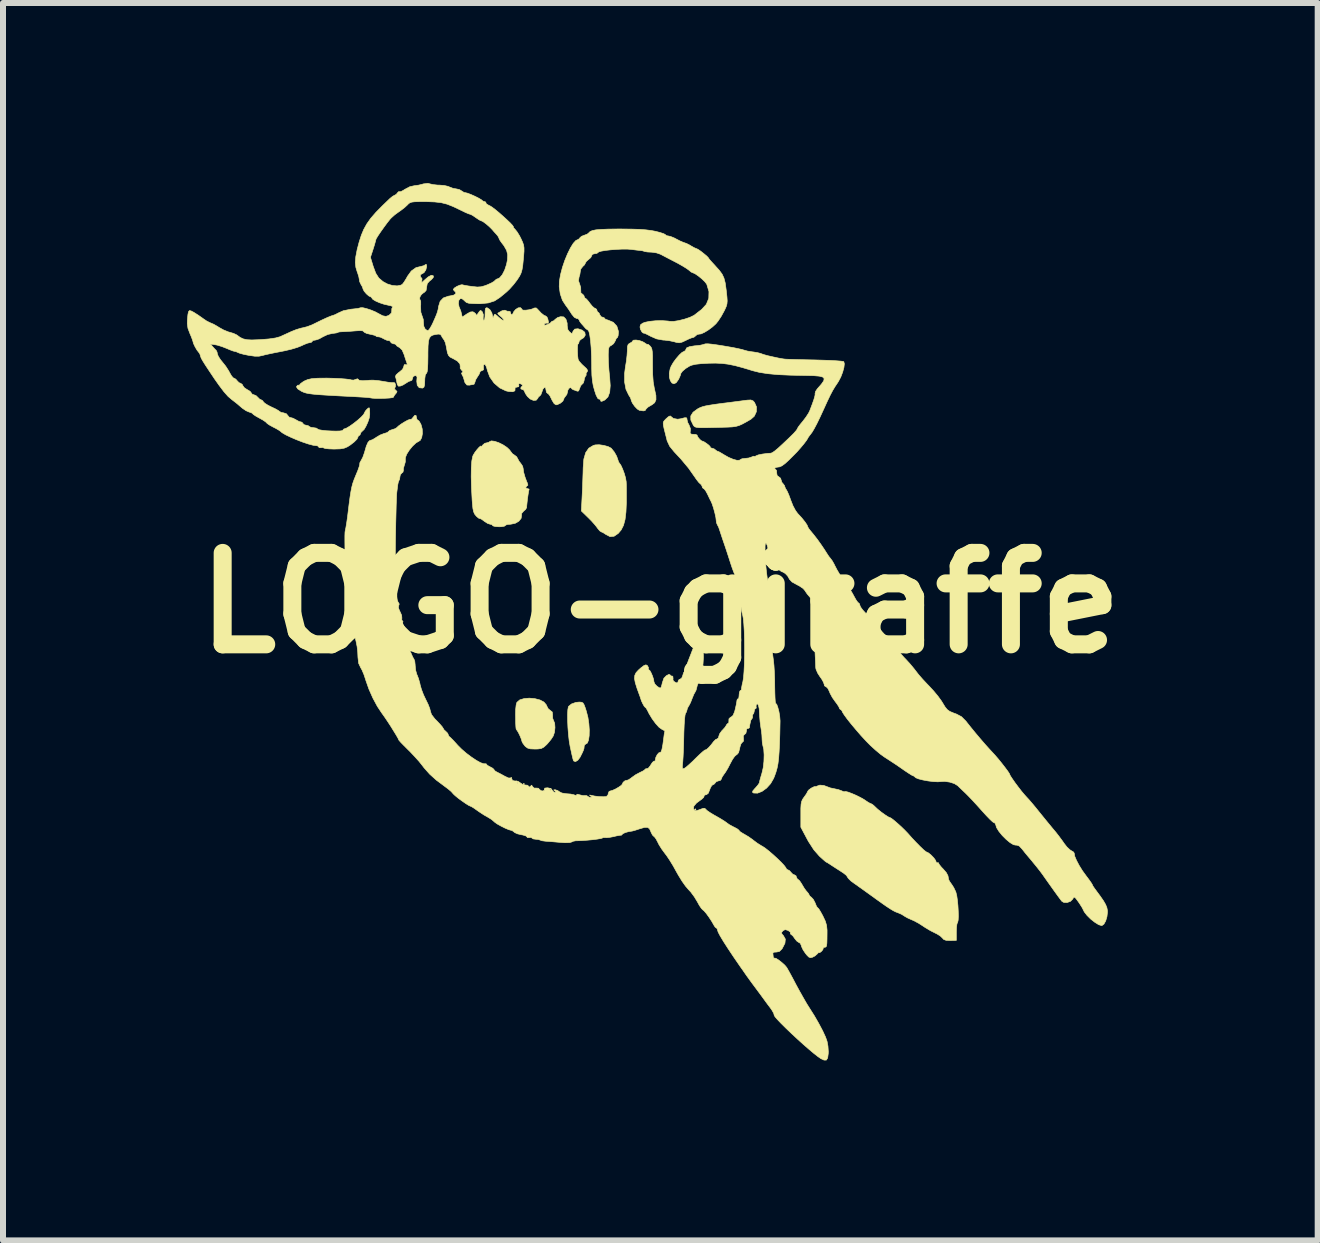
<source format=kicad_pcb>
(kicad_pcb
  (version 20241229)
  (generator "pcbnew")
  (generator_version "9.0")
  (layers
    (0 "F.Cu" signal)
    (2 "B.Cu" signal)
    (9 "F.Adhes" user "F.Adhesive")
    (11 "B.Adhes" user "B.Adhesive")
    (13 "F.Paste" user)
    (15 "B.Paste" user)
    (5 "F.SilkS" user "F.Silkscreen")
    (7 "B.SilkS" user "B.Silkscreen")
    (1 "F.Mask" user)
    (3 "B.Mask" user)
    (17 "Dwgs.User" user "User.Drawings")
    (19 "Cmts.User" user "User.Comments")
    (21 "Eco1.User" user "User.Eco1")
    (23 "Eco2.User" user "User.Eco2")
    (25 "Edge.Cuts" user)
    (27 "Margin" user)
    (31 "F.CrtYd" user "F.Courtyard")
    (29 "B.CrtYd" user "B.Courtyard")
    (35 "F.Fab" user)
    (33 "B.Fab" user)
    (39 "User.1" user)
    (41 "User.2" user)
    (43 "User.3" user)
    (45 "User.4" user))
  (footprint "LOGO-giraffe"
    (layer "F.Cu")
    (at 7.954 6.998)
    (property "Reference" "LOGO-giraffe" (at 0 0 0) (layer "F.SilkS") (effects (font (size 1.524 1.524) (thickness 0.3))))
    (attr through_hole)
    (fp_poly (pts (xy -2.265 3.016) (xy -2.275 3.027) (xy -2.286 3.016) (xy -2.275 3.006) (xy -2.265 3.016)) (stroke (width 0.01) (type solid)) (fill yes) (layer "F.SilkS"))
    (fp_poly (pts (xy 0.593 3.44) (xy 0.582 3.45) (xy 0.572 3.44) (xy 0.582 3.429) (xy 0.593 3.44)) (stroke (width 0.01) (type solid)) (fill yes) (layer "F.SilkS"))
    (fp_poly (pts (xy -1.315 1.654) (xy -1.29 1.665) (xy -1.271 1.695) (xy -1.25 1.751) (xy -1.233 1.805) (xy -1.207 1.906) (xy -1.191 2.013) (xy -1.184 2.117) (xy -1.186 2.211) (xy -1.197 2.286) (xy -1.217 2.335) (xy -1.241 2.349) (xy -1.264 2.367) (xy -1.27 2.392) (xy -1.272 2.422) (xy -1.282 2.454) (xy -1.303 2.501) (xy -1.339 2.572) (xy -1.375 2.62) (xy -1.413 2.643) (xy -1.442 2.634) (xy -1.45 2.621) (xy -1.459 2.589) (xy -1.474 2.526) (xy -1.492 2.443) (xy -1.503 2.393) (xy -1.519 2.3) (xy -1.531 2.191) (xy -1.54 2.076) (xy -1.545 1.963) (xy -1.546 1.861) (xy -1.542 1.781) (xy -1.533 1.731) (xy -1.529 1.723) (xy -1.481 1.683) (xy -1.409 1.657) (xy -1.351 1.651) (xy -1.315 1.654)) (stroke (width 0.01) (type solid)) (fill yes) (layer "F.SilkS"))
    (fp_poly (pts (xy 1.544 -3.369) (xy 1.569 -3.342) (xy 1.602 -3.268) (xy 1.6 -3.187) (xy 1.566 -3.113) (xy 1.509 -3.062) (xy 1.429 -3.016) (xy 1.366 -2.982) (xy 1.313 -2.958) (xy 1.26 -2.943) (xy 1.198 -2.934) (xy 1.117 -2.93) (xy 1.008 -2.927) (xy 0.93 -2.925) (xy 0.801 -2.922) (xy 0.707 -2.921) (xy 0.643 -2.922) (xy 0.601 -2.927) (xy 0.576 -2.935) (xy 0.56 -2.948) (xy 0.547 -2.966) (xy 0.547 -2.967) (xy 0.508 -3.048) (xy 0.507 -3.117) (xy 0.545 -3.178) (xy 0.621 -3.234) (xy 0.657 -3.253) (xy 0.698 -3.269) (xy 0.75 -3.283) (xy 0.821 -3.296) (xy 0.917 -3.311) (xy 1.045 -3.328) (xy 1.111 -3.336) (xy 1.219 -3.35) (xy 1.32 -3.363) (xy 1.401 -3.374) (xy 1.448 -3.38) (xy 1.507 -3.383) (xy 1.544 -3.369)) (stroke (width 0.01) (type solid)) (fill yes) (layer "F.SilkS"))
    (fp_poly (pts (xy -2.092 1.594) (xy -2.007 1.616) (xy -1.94 1.651) (xy -1.9 1.698) (xy -1.895 1.712) (xy -1.869 1.762) (xy -1.836 1.789) (xy -1.801 1.817) (xy -1.795 1.866) (xy -1.796 1.869) (xy -1.794 1.922) (xy -1.782 1.954) (xy -1.761 2.004) (xy -1.756 2.077) (xy -1.764 2.154) (xy -1.785 2.217) (xy -1.823 2.275) (xy -1.875 2.338) (xy -1.895 2.36) (xy -1.943 2.403) (xy -1.985 2.425) (xy -2.04 2.433) (xy -2.091 2.434) (xy -2.165 2.431) (xy -2.212 2.418) (xy -2.248 2.392) (xy -2.26 2.379) (xy -2.292 2.336) (xy -2.307 2.305) (xy -2.307 2.303) (xy -2.316 2.27) (xy -2.337 2.218) (xy -2.363 2.164) (xy -2.386 2.125) (xy -2.393 2.117) (xy -2.4 2.108) (xy -2.405 2.09) (xy -2.408 2.056) (xy -2.411 1.997) (xy -2.412 1.907) (xy -2.413 1.859) (xy -2.411 1.772) (xy -2.403 1.7) (xy -2.391 1.657) (xy -2.39 1.656) (xy -2.343 1.615) (xy -2.27 1.593) (xy -2.183 1.586) (xy -2.092 1.594)) (stroke (width 0.01) (type solid)) (fill yes) (layer "F.SilkS"))
    (fp_poly (pts (xy -0.943 -2.626) (xy -0.87 -2.606) (xy -0.819 -2.579) (xy -0.816 -2.575) (xy -0.768 -2.516) (xy -0.728 -2.445) (xy -0.709 -2.391) (xy -0.695 -2.348) (xy -0.682 -2.33) (xy -0.659 -2.298) (xy -0.631 -2.238) (xy -0.603 -2.164) (xy -0.581 -2.089) (xy -0.57 -2.026) (xy -0.569 -2.021) (xy -0.567 -1.967) (xy -0.566 -1.882) (xy -0.566 -1.778) (xy -0.566 -1.675) (xy -0.573 -1.516) (xy -0.588 -1.391) (xy -0.614 -1.294) (xy -0.653 -1.217) (xy -0.702 -1.159) (xy -0.771 -1.112) (xy -0.839 -1.106) (xy -0.91 -1.143) (xy -0.91 -1.143) (xy -0.954 -1.172) (xy -0.984 -1.185) (xy -0.984 -1.185) (xy -1.009 -1.201) (xy -1.043 -1.241) (xy -1.052 -1.254) (xy -1.092 -1.305) (xy -1.15 -1.37) (xy -1.208 -1.428) (xy -1.316 -1.533) (xy -1.302 -1.809) (xy -1.296 -1.933) (xy -1.292 -2.06) (xy -1.288 -2.174) (xy -1.286 -2.254) (xy -1.275 -2.398) (xy -1.244 -2.505) (xy -1.192 -2.58) (xy -1.117 -2.625) (xy -1.085 -2.634) (xy -1.02 -2.637) (xy -0.943 -2.626)) (stroke (width 0.01) (type solid)) (fill yes) (layer "F.SilkS"))
    (fp_poly (pts (xy -0.349 -4.373) (xy -0.295 -4.354) (xy -0.267 -4.338) (xy -0.23 -4.313) (xy -0.212 -4.308) (xy -0.212 -4.31) (xy -0.2 -4.308) (xy -0.171 -4.282) (xy -0.17 -4.281) (xy -0.152 -4.258) (xy -0.141 -4.229) (xy -0.134 -4.185) (xy -0.13 -4.118) (xy -0.13 -4.02) (xy -0.13 -3.965) (xy -0.128 -3.809) (xy -0.119 -3.685) (xy -0.102 -3.586) (xy -0.096 -3.559) (xy -0.074 -3.458) (xy -0.073 -3.387) (xy -0.095 -3.337) (xy -0.142 -3.301) (xy -0.156 -3.294) (xy -0.207 -3.263) (xy -0.238 -3.233) (xy -0.24 -3.228) (xy -0.255 -3.206) (xy -0.284 -3.201) (xy -0.339 -3.209) (xy -0.349 -3.21) (xy -0.385 -3.233) (xy -0.428 -3.278) (xy -0.466 -3.332) (xy -0.486 -3.378) (xy -0.487 -3.387) (xy -0.498 -3.419) (xy -0.526 -3.464) (xy -0.528 -3.467) (xy -0.573 -3.561) (xy -0.596 -3.683) (xy -0.596 -3.824) (xy -0.582 -3.933) (xy -0.566 -4.029) (xy -0.555 -4.127) (xy -0.55 -4.205) (xy -0.55 -4.205) (xy -0.548 -4.273) (xy -0.536 -4.309) (xy -0.513 -4.327) (xy -0.508 -4.329) (xy -0.474 -4.348) (xy -0.466 -4.362) (xy -0.448 -4.379) (xy -0.405 -4.382) (xy -0.349 -4.373)) (stroke (width 0.01) (type solid)) (fill yes) (layer "F.SilkS"))
    (fp_poly (pts (xy -5.442 -3.744) (xy -5.334 -3.739) (xy -5.243 -3.732) (xy -5.176 -3.724) (xy -5.145 -3.716) (xy -5.111 -3.714) (xy -5.08 -3.725) (xy -5.048 -3.736) (xy -5.038 -3.73) (xy -5.018 -3.711) (xy -4.961 -3.704) (xy -4.87 -3.709) (xy -4.845 -3.712) (xy -4.785 -3.713) (xy -4.702 -3.706) (xy -4.615 -3.692) (xy -4.538 -3.679) (xy -4.478 -3.672) (xy -4.446 -3.672) (xy -4.444 -3.673) (xy -4.425 -3.668) (xy -4.413 -3.639) (xy -4.414 -3.606) (xy -4.422 -3.591) (xy -4.428 -3.564) (xy -4.41 -3.546) (xy -4.388 -3.524) (xy -4.398 -3.501) (xy -4.411 -3.487) (xy -4.438 -3.451) (xy -4.445 -3.431) (xy -4.464 -3.422) (xy -4.515 -3.415) (xy -4.585 -3.411) (xy -4.663 -3.409) (xy -4.739 -3.409) (xy -4.802 -3.413) (xy -4.837 -3.419) (xy -4.865 -3.423) (xy -4.927 -3.428) (xy -5.012 -3.433) (xy -5.112 -3.439) (xy -5.315 -3.449) (xy -5.48 -3.458) (xy -5.613 -3.466) (xy -5.716 -3.473) (xy -5.796 -3.481) (xy -5.857 -3.489) (xy -5.902 -3.498) (xy -5.938 -3.509) (xy -5.968 -3.522) (xy -5.984 -3.53) (xy -6.043 -3.568) (xy -6.063 -3.6) (xy -6.061 -3.609) (xy -6.041 -3.63) (xy -6.03 -3.629) (xy -6.012 -3.63) (xy -6.011 -3.636) (xy -5.995 -3.656) (xy -5.952 -3.687) (xy -5.932 -3.699) (xy -5.876 -3.723) (xy -5.809 -3.738) (xy -5.718 -3.745) (xy -5.673 -3.746) (xy -5.558 -3.747) (xy -5.442 -3.744)) (stroke (width 0.01) (type solid)) (fill yes) (layer "F.SilkS"))
    (fp_poly (pts (xy -2.761 -2.694) (xy -2.693 -2.671) (xy -2.622 -2.636) (xy -2.557 -2.593) (xy -2.51 -2.548) (xy -2.498 -2.53) (xy -2.464 -2.486) (xy -2.432 -2.465) (xy -2.395 -2.437) (xy -2.38 -2.41) (xy -2.354 -2.361) (xy -2.326 -2.326) (xy -2.295 -2.279) (xy -2.286 -2.24) (xy -2.278 -2.179) (xy -2.256 -2.101) (xy -2.228 -2.025) (xy -2.217 -2.001) (xy -2.207 -1.964) (xy -2.22 -1.952) (xy -2.243 -1.931) (xy -2.232 -1.91) (xy -2.211 -1.905) (xy -2.187 -1.897) (xy -2.188 -1.889) (xy -2.195 -1.862) (xy -2.204 -1.806) (xy -2.214 -1.736) (xy -2.222 -1.664) (xy -2.228 -1.604) (xy -2.228 -1.591) (xy -2.245 -1.559) (xy -2.277 -1.532) (xy -2.312 -1.491) (xy -2.313 -1.459) (xy -2.32 -1.41) (xy -2.358 -1.363) (xy -2.418 -1.328) (xy -2.49 -1.313) (xy -2.499 -1.312) (xy -2.551 -1.308) (xy -2.58 -1.296) (xy -2.582 -1.291) (xy -2.601 -1.279) (xy -2.65 -1.271) (xy -2.688 -1.27) (xy -2.749 -1.274) (xy -2.787 -1.284) (xy -2.794 -1.291) (xy -2.812 -1.309) (xy -2.835 -1.312) (xy -2.877 -1.325) (xy -2.929 -1.358) (xy -2.938 -1.365) (xy -2.98 -1.396) (xy -3.007 -1.408) (xy -3.01 -1.407) (xy -3.029 -1.414) (xy -3.064 -1.444) (xy -3.071 -1.452) (xy -3.096 -1.483) (xy -3.112 -1.521) (xy -3.124 -1.577) (xy -3.132 -1.659) (xy -3.136 -1.711) (xy -3.147 -1.921) (xy -3.152 -2.102) (xy -3.15 -2.251) (xy -3.142 -2.366) (xy -3.127 -2.442) (xy -3.119 -2.462) (xy -3.09 -2.51) (xy -3.054 -2.557) (xy -3.019 -2.596) (xy -2.993 -2.616) (xy -2.984 -2.612) (xy -2.975 -2.611) (xy -2.962 -2.63) (xy -2.926 -2.661) (xy -2.9 -2.667) (xy -2.86 -2.677) (xy -2.847 -2.687) (xy -2.816 -2.701) (xy -2.761 -2.694)) (stroke (width 0.01) (type solid)) (fill yes) (layer "F.SilkS"))
    (fp_poly (pts (xy 2.724 3.041) (xy 2.783 3.063) (xy 2.834 3.082) (xy 2.898 3.095) (xy 2.901 3.096) (xy 2.967 3.11) (xy 3.021 3.13) (xy 3.023 3.131) (xy 3.058 3.146) (xy 3.069 3.145) (xy 3.086 3.141) (xy 3.131 3.152) (xy 3.194 3.176) (xy 3.266 3.207) (xy 3.338 3.243) (xy 3.399 3.278) (xy 3.422 3.294) (xy 3.47 3.326) (xy 3.505 3.343) (xy 3.51 3.344) (xy 3.537 3.359) (xy 3.576 3.393) (xy 3.58 3.398) (xy 3.623 3.438) (xy 3.68 3.484) (xy 3.741 3.528) (xy 3.793 3.562) (xy 3.826 3.577) (xy 3.829 3.577) (xy 3.853 3.591) (xy 3.899 3.627) (xy 3.957 3.677) (xy 4.02 3.734) (xy 4.078 3.791) (xy 4.124 3.839) (xy 4.126 3.841) (xy 4.192 3.916) (xy 4.262 3.99) (xy 4.328 4.057) (xy 4.383 4.11) (xy 4.422 4.142) (xy 4.434 4.149) (xy 4.468 4.165) (xy 4.513 4.202) (xy 4.557 4.248) (xy 4.587 4.29) (xy 4.593 4.308) (xy 4.603 4.331) (xy 4.614 4.329) (xy 4.634 4.328) (xy 4.636 4.335) (xy 4.649 4.36) (xy 4.684 4.403) (xy 4.712 4.432) (xy 4.765 4.493) (xy 4.793 4.546) (xy 4.803 4.604) (xy 4.817 4.635) (xy 4.847 4.679) (xy 4.851 4.683) (xy 4.89 4.744) (xy 4.923 4.814) (xy 4.925 4.82) (xy 4.939 4.875) (xy 4.95 4.953) (xy 4.959 5.043) (xy 4.964 5.135) (xy 4.966 5.219) (xy 4.963 5.284) (xy 4.955 5.32) (xy 4.952 5.324) (xy 4.942 5.35) (xy 4.935 5.406) (xy 4.932 5.48) (xy 4.932 5.623) (xy 4.83 5.625) (xy 4.762 5.622) (xy 4.722 5.607) (xy 4.702 5.585) (xy 4.667 5.551) (xy 4.61 5.515) (xy 4.577 5.499) (xy 4.5 5.46) (xy 4.416 5.41) (xy 4.377 5.384) (xy 4.302 5.336) (xy 4.223 5.294) (xy 4.186 5.278) (xy 4.123 5.25) (xy 4.073 5.222) (xy 4.063 5.215) (xy 4.02 5.188) (xy 3.962 5.163) (xy 3.957 5.161) (xy 3.922 5.148) (xy 3.884 5.129) (xy 3.837 5.101) (xy 3.775 5.061) (xy 3.695 5.005) (xy 3.59 4.93) (xy 3.475 4.847) (xy 3.389 4.785) (xy 3.313 4.731) (xy 3.256 4.69) (xy 3.224 4.668) (xy 3.223 4.667) (xy 3.174 4.631) (xy 3.133 4.59) (xy 3.112 4.559) (xy 3.111 4.554) (xy 3.095 4.535) (xy 3.052 4.501) (xy 3 4.467) (xy 2.93 4.422) (xy 2.865 4.38) (xy 2.832 4.358) (xy 2.79 4.331) (xy 2.766 4.318) (xy 2.765 4.318) (xy 2.747 4.305) (xy 2.706 4.269) (xy 2.652 4.22) (xy 2.649 4.217) (xy 2.558 4.113) (xy 2.468 3.974) (xy 2.442 3.926) (xy 2.341 3.736) (xy 2.341 3.522) (xy 2.341 3.423) (xy 2.345 3.355) (xy 2.354 3.309) (xy 2.37 3.272) (xy 2.395 3.236) (xy 2.398 3.232) (xy 2.433 3.183) (xy 2.453 3.146) (xy 2.455 3.139) (xy 2.472 3.117) (xy 2.512 3.087) (xy 2.519 3.083) (xy 2.561 3.062) (xy 2.582 3.058) (xy 2.582 3.06) (xy 2.595 3.061) (xy 2.61 3.052) (xy 2.658 3.035) (xy 2.724 3.041)) (stroke (width 0.01) (type solid)) (fill yes) (layer "F.SilkS"))
    (fp_poly (pts (xy -0.646 -6.232) (xy -0.48 -6.23) (xy -0.348 -6.226) (xy -0.242 -6.218) (xy -0.154 -6.207) (xy -0.079 -6.193) (xy -0.003 -6.173) (xy 0.055 -6.154) (xy 0.083 -6.139) (xy 0.085 -6.136) (xy 0.102 -6.121) (xy 0.128 -6.117) (xy 0.172 -6.107) (xy 0.233 -6.082) (xy 0.267 -6.064) (xy 0.329 -6.032) (xy 0.381 -6.01) (xy 0.398 -6.004) (xy 0.438 -5.99) (xy 0.494 -5.961) (xy 0.508 -5.952) (xy 0.559 -5.923) (xy 0.594 -5.907) (xy 0.6 -5.906) (xy 0.627 -5.893) (xy 0.673 -5.862) (xy 0.725 -5.821) (xy 0.772 -5.782) (xy 0.8 -5.753) (xy 0.802 -5.748) (xy 0.82 -5.723) (xy 0.86 -5.678) (xy 0.912 -5.622) (xy 0.914 -5.619) (xy 0.982 -5.544) (xy 1.029 -5.48) (xy 1.06 -5.414) (xy 1.081 -5.333) (xy 1.096 -5.225) (xy 1.1 -5.193) (xy 1.11 -5.098) (xy 1.114 -5.033) (xy 1.11 -4.984) (xy 1.097 -4.939) (xy 1.073 -4.885) (xy 1.06 -4.86) (xy 1.015 -4.778) (xy 0.963 -4.699) (xy 0.926 -4.653) (xy 0.869 -4.601) (xy 0.802 -4.551) (xy 0.735 -4.51) (xy 0.678 -4.484) (xy 0.643 -4.48) (xy 0.612 -4.473) (xy 0.593 -4.456) (xy 0.56 -4.429) (xy 0.542 -4.424) (xy 0.511 -4.415) (xy 0.457 -4.392) (xy 0.421 -4.374) (xy 0.36 -4.346) (xy 0.314 -4.336) (xy 0.265 -4.343) (xy 0.231 -4.353) (xy 0.148 -4.371) (xy 0.062 -4.381) (xy 0.046 -4.381) (xy -0.063 -4.401) (xy -0.161 -4.444) (xy -0.22 -4.475) (xy -0.262 -4.494) (xy -0.275 -4.496) (xy -0.287 -4.499) (xy -0.307 -4.516) (xy -0.332 -4.562) (xy -0.339 -4.599) (xy -0.33 -4.636) (xy -0.295 -4.662) (xy -0.256 -4.677) (xy -0.179 -4.693) (xy -0.078 -4.703) (xy 0.03 -4.705) (xy 0.127 -4.698) (xy 0.158 -4.693) (xy 0.221 -4.692) (xy 0.308 -4.706) (xy 0.404 -4.73) (xy 0.493 -4.76) (xy 0.561 -4.793) (xy 0.577 -4.805) (xy 0.609 -4.83) (xy 0.659 -4.869) (xy 0.688 -4.891) (xy 0.766 -4.976) (xy 0.807 -5.077) (xy 0.81 -5.189) (xy 0.775 -5.307) (xy 0.77 -5.317) (xy 0.74 -5.355) (xy 0.691 -5.402) (xy 0.633 -5.449) (xy 0.579 -5.486) (xy 0.541 -5.503) (xy 0.537 -5.503) (xy 0.512 -5.516) (xy 0.476 -5.546) (xy 0.438 -5.574) (xy 0.373 -5.614) (xy 0.292 -5.66) (xy 0.242 -5.686) (xy 0.155 -5.731) (xy 0.075 -5.773) (xy 0.016 -5.804) (xy -0.005 -5.814) (xy -0.064 -5.834) (xy -0.137 -5.845) (xy -0.153 -5.846) (xy -0.214 -5.849) (xy -0.256 -5.856) (xy -0.263 -5.858) (xy -0.298 -5.869) (xy -0.337 -5.874) (xy -0.393 -5.88) (xy -0.465 -5.889) (xy -0.487 -5.892) (xy -0.551 -5.897) (xy -0.636 -5.897) (xy -0.731 -5.892) (xy -0.827 -5.885) (xy -0.915 -5.875) (xy -0.984 -5.863) (xy -1.025 -5.851) (xy -1.033 -5.845) (xy -1.057 -5.826) (xy -1.092 -5.821) (xy -1.133 -5.81) (xy -1.143 -5.79) (xy -1.159 -5.756) (xy -1.196 -5.724) (xy -1.234 -5.691) (xy -1.249 -5.664) (xy -1.264 -5.634) (xy -1.291 -5.609) (xy -1.324 -5.567) (xy -1.333 -5.532) (xy -1.341 -5.476) (xy -1.355 -5.429) (xy -1.364 -5.369) (xy -1.345 -5.315) (xy -1.327 -5.258) (xy -1.326 -5.21) (xy -1.324 -5.167) (xy -1.304 -5.152) (xy -1.275 -5.126) (xy -1.27 -5.109) (xy -1.259 -5.083) (xy -1.252 -5.08) (xy -1.23 -5.064) (xy -1.195 -5.023) (xy -1.175 -4.995) (xy -1.135 -4.946) (xy -1.1 -4.915) (xy -1.087 -4.911) (xy -1.062 -4.894) (xy -1.058 -4.879) (xy -1.048 -4.851) (xy -1.04 -4.847) (xy -1.02 -4.83) (xy -1.01 -4.805) (xy -0.987 -4.77) (xy -0.965 -4.763) (xy -0.936 -4.753) (xy -0.931 -4.744) (xy -0.913 -4.727) (xy -0.87 -4.713) (xy -0.784 -4.677) (xy -0.725 -4.613) (xy -0.699 -4.528) (xy -0.699 -4.511) (xy -0.703 -4.457) (xy -0.713 -4.427) (xy -0.717 -4.424) (xy -0.736 -4.406) (xy -0.75 -4.37) (xy -0.779 -4.321) (xy -0.816 -4.293) (xy -0.842 -4.278) (xy -0.858 -4.255) (xy -0.865 -4.216) (xy -0.868 -4.149) (xy -0.868 -4.108) (xy -0.865 -4.004) (xy -0.857 -3.883) (xy -0.846 -3.771) (xy -0.845 -3.767) (xy -0.835 -3.622) (xy -0.844 -3.512) (xy -0.873 -3.434) (xy -0.924 -3.384) (xy -0.934 -3.378) (xy -0.976 -3.36) (xy -0.993 -3.363) (xy -0.995 -3.377) (xy -1.009 -3.398) (xy -1.022 -3.396) (xy -1.043 -3.41) (xy -1.071 -3.465) (xy -1.096 -3.54) (xy -1.118 -3.621) (xy -1.132 -3.702) (xy -1.141 -3.795) (xy -1.144 -3.913) (xy -1.144 -3.958) (xy -1.147 -4.112) (xy -1.153 -4.251) (xy -1.163 -4.37) (xy -1.176 -4.462) (xy -1.19 -4.523) (xy -1.206 -4.547) (xy -1.239 -4.569) (xy -1.255 -4.586) (xy -1.29 -4.627) (xy -1.318 -4.658) (xy -1.346 -4.697) (xy -1.355 -4.72) (xy -1.372 -4.738) (xy -1.395 -4.741) (xy -1.433 -4.76) (xy -1.477 -4.813) (xy -1.488 -4.831) (xy -1.529 -4.894) (xy -1.568 -4.948) (xy -1.58 -4.964) (xy -1.632 -5.045) (xy -1.668 -5.152) (xy -1.685 -5.271) (xy -1.682 -5.363) (xy -1.663 -5.473) (xy -1.632 -5.591) (xy -1.592 -5.709) (xy -1.546 -5.82) (xy -1.498 -5.917) (xy -1.451 -5.993) (xy -1.407 -6.041) (xy -1.377 -6.054) (xy -1.349 -6.071) (xy -1.342 -6.084) (xy -1.314 -6.11) (xy -1.268 -6.128) (xy -1.219 -6.146) (xy -1.191 -6.169) (xy -1.17 -6.19) (xy -1.132 -6.206) (xy -1.073 -6.218) (xy -0.987 -6.225) (xy -0.87 -6.23) (xy -0.718 -6.232) (xy -0.646 -6.232)) (stroke (width 0.01) (type solid)) (fill yes) (layer "F.SilkS"))
    (fp_poly (pts (xy -3.84 -6.984) (xy -3.787 -6.972) (xy -3.714 -6.964) (xy -3.676 -6.963) (xy -3.601 -6.957) (xy -3.536 -6.942) (xy -3.514 -6.932) (xy -3.453 -6.909) (xy -3.404 -6.901) (xy -3.349 -6.889) (xy -3.316 -6.869) (xy -3.273 -6.842) (xy -3.247 -6.837) (xy -3.211 -6.828) (xy -3.154 -6.806) (xy -3.087 -6.776) (xy -3.026 -6.745) (xy -2.981 -6.718) (xy -2.967 -6.705) (xy -2.943 -6.69) (xy -2.929 -6.689) (xy -2.907 -6.679) (xy -2.909 -6.67) (xy -2.899 -6.651) (xy -2.86 -6.627) (xy -2.841 -6.619) (xy -2.807 -6.598) (xy -2.755 -6.559) (xy -2.692 -6.507) (xy -2.625 -6.448) (xy -2.56 -6.389) (xy -2.504 -6.336) (xy -2.465 -6.294) (xy -2.448 -6.269) (xy -2.45 -6.265) (xy -2.446 -6.253) (xy -2.419 -6.224) (xy -2.386 -6.183) (xy -2.346 -6.118) (xy -2.319 -6.064) (xy -2.294 -6.009) (xy -2.279 -5.964) (xy -2.272 -5.918) (xy -2.272 -5.858) (xy -2.279 -5.772) (xy -2.283 -5.726) (xy -2.293 -5.625) (xy -2.305 -5.553) (xy -2.321 -5.498) (xy -2.345 -5.448) (xy -2.382 -5.391) (xy -2.387 -5.383) (xy -2.446 -5.306) (xy -2.512 -5.232) (xy -2.56 -5.186) (xy -2.615 -5.14) (xy -2.659 -5.104) (xy -2.675 -5.091) (xy -2.762 -5.034) (xy -2.867 -5) (xy -2.998 -4.987) (xy -3.045 -4.987) (xy -3.135 -4.99) (xy -3.193 -4.995) (xy -3.23 -5.007) (xy -3.255 -5.027) (xy -3.263 -5.037) (xy -3.303 -5.069) (xy -3.334 -5.072) (xy -3.358 -5.043) (xy -3.365 -4.991) (xy -3.354 -4.934) (xy -3.346 -4.916) (xy -3.326 -4.867) (xy -3.314 -4.821) (xy -3.302 -4.764) (xy -3.225 -4.816) (xy -3.169 -4.848) (xy -3.13 -4.853) (xy -3.109 -4.846) (xy -3.076 -4.818) (xy -3.068 -4.799) (xy -3.06 -4.796) (xy -3.039 -4.824) (xy -3.038 -4.826) (xy -3.012 -4.863) (xy -2.993 -4.876) (xy -2.966 -4.851) (xy -2.95 -4.806) (xy -2.952 -4.764) (xy -2.953 -4.725) (xy -2.943 -4.71) (xy -2.929 -4.72) (xy -2.922 -4.77) (xy -2.921 -4.812) (xy -2.919 -4.878) (xy -2.912 -4.911) (xy -2.896 -4.92) (xy -2.881 -4.917) (xy -2.841 -4.889) (xy -2.808 -4.834) (xy -2.792 -4.769) (xy -2.792 -4.767) (xy -2.787 -4.751) (xy -2.777 -4.776) (xy -2.776 -4.778) (xy -2.766 -4.806) (xy -2.752 -4.81) (xy -2.724 -4.789) (xy -2.692 -4.76) (xy -2.648 -4.724) (xy -2.616 -4.707) (xy -2.608 -4.708) (xy -2.614 -4.729) (xy -2.645 -4.762) (xy -2.657 -4.772) (xy -2.695 -4.806) (xy -2.71 -4.827) (xy -2.709 -4.829) (xy -2.637 -4.87) (xy -2.59 -4.879) (xy -2.577 -4.872) (xy -2.541 -4.859) (xy -2.527 -4.862) (xy -2.502 -4.856) (xy -2.498 -4.839) (xy -2.487 -4.809) (xy -2.477 -4.805) (xy -2.456 -4.821) (xy -2.455 -4.826) (xy -2.442 -4.855) (xy -2.411 -4.891) (xy -2.369 -4.918) (xy -2.33 -4.921) (xy -2.308 -4.899) (xy -2.307 -4.89) (xy -2.289 -4.88) (xy -2.245 -4.879) (xy -2.189 -4.886) (xy -2.136 -4.899) (xy -2.103 -4.915) (xy -2.07 -4.917) (xy -2.05 -4.9) (xy -1.986 -4.831) (xy -1.937 -4.792) (xy -1.914 -4.784) (xy -1.89 -4.766) (xy -1.876 -4.736) (xy -1.864 -4.682) (xy -1.87 -4.661) (xy -1.893 -4.664) (xy -1.925 -4.659) (xy -1.934 -4.646) (xy -1.934 -4.629) (xy -1.908 -4.631) (xy -1.883 -4.639) (xy -1.839 -4.66) (xy -1.82 -4.679) (xy -1.82 -4.68) (xy -1.805 -4.694) (xy -1.801 -4.694) (xy -1.774 -4.704) (xy -1.753 -4.726) (xy -1.711 -4.757) (xy -1.662 -4.771) (xy -1.61 -4.767) (xy -1.577 -4.733) (xy -1.571 -4.723) (xy -1.553 -4.664) (xy -1.552 -4.617) (xy -1.543 -4.558) (xy -1.522 -4.527) (xy -1.486 -4.495) (xy -1.468 -4.494) (xy -1.456 -4.525) (xy -1.454 -4.53) (xy -1.427 -4.564) (xy -1.373 -4.57) (xy -1.303 -4.547) (xy -1.259 -4.511) (xy -1.251 -4.464) (xy -1.277 -4.421) (xy -1.318 -4.396) (xy -1.349 -4.37) (xy -1.355 -4.35) (xy -1.363 -4.322) (xy -1.371 -4.318) (xy -1.378 -4.299) (xy -1.381 -4.251) (xy -1.381 -4.187) (xy -1.378 -4.12) (xy -1.371 -4.063) (xy -1.37 -4.059) (xy -1.351 -4.025) (xy -1.309 -3.978) (xy -1.28 -3.951) (xy -1.232 -3.907) (xy -1.213 -3.878) (xy -1.218 -3.855) (xy -1.225 -3.845) (xy -1.241 -3.817) (xy -1.237 -3.81) (xy -1.234 -3.798) (xy -1.245 -3.785) (xy -1.265 -3.744) (xy -1.27 -3.71) (xy -1.282 -3.667) (xy -1.3 -3.649) (xy -1.327 -3.621) (xy -1.345 -3.575) (xy -1.362 -3.533) (xy -1.383 -3.529) (xy -1.426 -3.546) (xy -1.439 -3.549) (xy -1.471 -3.565) (xy -1.477 -3.575) (xy -1.496 -3.59) (xy -1.522 -3.578) (xy -1.541 -3.547) (xy -1.545 -3.525) (xy -1.558 -3.475) (xy -1.577 -3.45) (xy -1.604 -3.415) (xy -1.609 -3.396) (xy -1.626 -3.362) (xy -1.668 -3.328) (xy -1.717 -3.305) (xy -1.738 -3.302) (xy -1.77 -3.322) (xy -1.804 -3.377) (xy -1.813 -3.397) (xy -1.841 -3.453) (xy -1.868 -3.487) (xy -1.879 -3.492) (xy -1.898 -3.511) (xy -1.905 -3.547) (xy -1.913 -3.587) (xy -1.932 -3.592) (xy -1.956 -3.565) (xy -1.973 -3.518) (xy -1.99 -3.472) (xy -2.009 -3.45) (xy -2.01 -3.45) (xy -2.031 -3.433) (xy -2.042 -3.411) (xy -2.069 -3.379) (xy -2.116 -3.376) (xy -2.169 -3.399) (xy -2.215 -3.441) (xy -2.247 -3.488) (xy -2.264 -3.525) (xy -2.265 -3.53) (xy -2.282 -3.553) (xy -2.297 -3.556) (xy -2.325 -3.569) (xy -2.322 -3.595) (xy -2.305 -3.61) (xy -2.295 -3.629) (xy -2.31 -3.643) (xy -2.349 -3.66) (xy -2.362 -3.647) (xy -2.357 -3.63) (xy -2.36 -3.604) (xy -2.389 -3.598) (xy -2.421 -3.589) (xy -2.421 -3.567) (xy -2.424 -3.535) (xy -2.461 -3.52) (xy -2.526 -3.524) (xy -2.574 -3.535) (xy -2.678 -3.585) (xy -2.771 -3.665) (xy -2.842 -3.766) (xy -2.88 -3.868) (xy -2.898 -3.934) (xy -2.919 -3.973) (xy -2.93 -3.979) (xy -2.949 -3.962) (xy -2.947 -3.926) (xy -2.947 -3.885) (xy -2.971 -3.873) (xy -2.971 -3.873) (xy -3.001 -3.86) (xy -3.006 -3.847) (xy -3.019 -3.813) (xy -3.048 -3.768) (xy -3.078 -3.719) (xy -3.09 -3.678) (xy -3.104 -3.646) (xy -3.12 -3.641) (xy -3.169 -3.633) (xy -3.179 -3.63) (xy -3.223 -3.632) (xy -3.256 -3.672) (xy -3.268 -3.712) (xy -3.284 -3.766) (xy -3.302 -3.799) (xy -3.314 -3.829) (xy -3.3 -3.843) (xy -3.29 -3.861) (xy -3.311 -3.878) (xy -3.336 -3.913) (xy -3.334 -3.936) (xy -3.34 -3.984) (xy -3.383 -4.032) (xy -3.458 -4.075) (xy -3.464 -4.077) (xy -3.504 -4.098) (xy -3.53 -4.125) (xy -3.548 -4.169) (xy -3.562 -4.242) (xy -3.567 -4.271) (xy -3.581 -4.333) (xy -3.601 -4.379) (xy -3.607 -4.387) (xy -3.637 -4.43) (xy -3.647 -4.451) (xy -3.665 -4.476) (xy -3.7 -4.481) (xy -3.741 -4.475) (xy -3.791 -4.464) (xy -3.826 -4.445) (xy -3.85 -4.413) (xy -3.864 -4.361) (xy -3.871 -4.283) (xy -3.873 -4.171) (xy -3.873 -4.115) (xy -3.875 -3.99) (xy -3.879 -3.903) (xy -3.886 -3.851) (xy -3.897 -3.827) (xy -3.9 -3.826) (xy -3.917 -3.799) (xy -3.925 -3.737) (xy -3.926 -3.703) (xy -3.929 -3.634) (xy -3.939 -3.597) (xy -3.96 -3.582) (xy -3.964 -3.581) (xy -4.018 -3.587) (xy -4.051 -3.627) (xy -4.059 -3.694) (xy -4.058 -3.709) (xy -4.054 -3.761) (xy -4.064 -3.784) (xy -4.087 -3.789) (xy -4.121 -3.773) (xy -4.128 -3.747) (xy -4.14 -3.712) (xy -4.156 -3.704) (xy -4.193 -3.692) (xy -4.236 -3.665) (xy -4.289 -3.632) (xy -4.332 -3.615) (xy -4.364 -3.613) (xy -4.382 -3.638) (xy -4.391 -3.676) (xy -4.403 -3.733) (xy -4.414 -3.772) (xy -4.414 -3.774) (xy -4.404 -3.8) (xy -4.367 -3.835) (xy -4.35 -3.847) (xy -4.296 -3.893) (xy -4.276 -3.938) (xy -4.276 -3.939) (xy -4.267 -3.972) (xy -4.242 -3.971) (xy -4.218 -3.968) (xy -4.222 -3.995) (xy -4.237 -4.037) (xy -4.258 -4.1) (xy -4.268 -4.134) (xy -4.302 -4.214) (xy -4.346 -4.257) (xy -4.351 -4.259) (xy -4.389 -4.282) (xy -4.403 -4.3) (xy -4.42 -4.315) (xy -4.443 -4.318) (xy -4.482 -4.333) (xy -4.496 -4.351) (xy -4.515 -4.374) (xy -4.526 -4.373) (xy -4.553 -4.376) (xy -4.6 -4.397) (xy -4.612 -4.404) (xy -4.661 -4.428) (xy -4.695 -4.436) (xy -4.699 -4.435) (xy -4.725 -4.438) (xy -4.73 -4.443) (xy -4.757 -4.459) (xy -4.81 -4.473) (xy -4.836 -4.478) (xy -4.895 -4.492) (xy -4.933 -4.511) (xy -4.94 -4.519) (xy -4.959 -4.535) (xy -5.007 -4.539) (xy -5.073 -4.535) (xy -5.161 -4.528) (xy -5.247 -4.523) (xy -5.286 -4.521) (xy -5.341 -4.518) (xy -5.373 -4.511) (xy -5.376 -4.508) (xy -5.395 -4.501) (xy -5.442 -4.494) (xy -5.463 -4.492) (xy -5.543 -4.474) (xy -5.62 -4.438) (xy -5.627 -4.434) (xy -5.686 -4.401) (xy -5.739 -4.383) (xy -5.752 -4.381) (xy -5.789 -4.374) (xy -5.8 -4.36) (xy -5.817 -4.343) (xy -5.838 -4.339) (xy -5.878 -4.33) (xy -5.939 -4.306) (xy -5.981 -4.286) (xy -6.049 -4.259) (xy -6.145 -4.23) (xy -6.254 -4.204) (xy -6.318 -4.191) (xy -6.422 -4.171) (xy -6.518 -4.151) (xy -6.594 -4.134) (xy -6.63 -4.124) (xy -6.689 -4.112) (xy -6.757 -4.112) (xy -6.849 -4.125) (xy -6.863 -4.127) (xy -6.941 -4.143) (xy -7.002 -4.159) (xy -7.036 -4.172) (xy -7.037 -4.173) (xy -7.076 -4.19) (xy -7.086 -4.191) (xy -7.12 -4.199) (xy -7.178 -4.221) (xy -7.224 -4.241) (xy -7.303 -4.272) (xy -7.381 -4.296) (xy -7.416 -4.303) (xy -7.498 -4.316) (xy -7.458 -4.269) (xy -7.424 -4.231) (xy -7.402 -4.21) (xy -7.387 -4.181) (xy -7.382 -4.151) (xy -7.366 -4.11) (xy -7.33 -4.054) (xy -7.299 -4.016) (xy -7.243 -3.946) (xy -7.194 -3.87) (xy -7.176 -3.836) (xy -7.145 -3.783) (xy -7.117 -3.751) (xy -7.106 -3.747) (xy -7.075 -3.73) (xy -7.053 -3.704) (xy -7.021 -3.671) (xy -6.998 -3.662) (xy -6.969 -3.644) (xy -6.958 -3.622) (xy -6.933 -3.587) (xy -6.886 -3.556) (xy -6.882 -3.554) (xy -6.837 -3.527) (xy -6.816 -3.5) (xy -6.816 -3.498) (xy -6.798 -3.476) (xy -6.778 -3.471) (xy -6.737 -3.455) (xy -6.71 -3.429) (xy -6.677 -3.396) (xy -6.655 -3.387) (xy -6.626 -3.37) (xy -6.617 -3.354) (xy -6.592 -3.329) (xy -6.54 -3.296) (xy -6.483 -3.267) (xy -6.417 -3.236) (xy -6.367 -3.208) (xy -6.347 -3.192) (xy -6.318 -3.175) (xy -6.278 -3.168) (xy -6.23 -3.152) (xy -6.211 -3.127) (xy -6.184 -3.096) (xy -6.163 -3.09) (xy -6.122 -3.079) (xy -6.07 -3.052) (xy -6.066 -3.049) (xy -6.02 -3.024) (xy -5.991 -3.017) (xy -5.988 -3.017) (xy -5.969 -3.009) (xy -5.961 -2.995) (xy -5.933 -2.969) (xy -5.907 -2.963) (xy -5.867 -2.954) (xy -5.853 -2.942) (xy -5.824 -2.927) (xy -5.779 -2.921) (xy -5.733 -2.914) (xy -5.711 -2.899) (xy -5.688 -2.887) (xy -5.636 -2.878) (xy -5.564 -2.87) (xy -5.483 -2.866) (xy -5.405 -2.864) (xy -5.34 -2.866) (xy -5.3 -2.872) (xy -5.292 -2.878) (xy -5.275 -2.899) (xy -5.269 -2.9) (xy -5.232 -2.913) (xy -5.176 -2.946) (xy -5.11 -2.993) (xy -5.043 -3.046) (xy -4.985 -3.098) (xy -4.945 -3.141) (xy -4.932 -3.165) (xy -4.917 -3.196) (xy -4.889 -3.228) (xy -4.865 -3.249) (xy -4.851 -3.252) (xy -4.845 -3.228) (xy -4.843 -3.171) (xy -4.843 -3.138) (xy -4.851 -3.083) (xy -4.874 -3.014) (xy -4.905 -2.946) (xy -4.937 -2.891) (xy -4.965 -2.865) (xy -4.992 -2.838) (xy -4.995 -2.823) (xy -5.008 -2.797) (xy -5.016 -2.794) (xy -5.036 -2.777) (xy -5.038 -2.766) (xy -5.055 -2.731) (xy -5.101 -2.684) (xy -5.168 -2.632) (xy -5.215 -2.602) (xy -5.267 -2.58) (xy -5.335 -2.568) (xy -5.432 -2.565) (xy -5.445 -2.565) (xy -5.522 -2.568) (xy -5.58 -2.574) (xy -5.608 -2.582) (xy -5.609 -2.583) (xy -5.626 -2.592) (xy -5.652 -2.588) (xy -5.685 -2.589) (xy -5.694 -2.6) (xy -5.711 -2.618) (xy -5.731 -2.621) (xy -5.785 -2.628) (xy -5.865 -2.649) (xy -5.96 -2.681) (xy -6.062 -2.72) (xy -6.159 -2.762) (xy -6.243 -2.802) (xy -6.304 -2.838) (xy -6.329 -2.86) (xy -6.353 -2.877) (xy -6.402 -2.906) (xy -6.451 -2.931) (xy -6.51 -2.963) (xy -6.55 -2.99) (xy -6.562 -3.002) (xy -6.579 -3.019) (xy -6.624 -3.049) (xy -6.678 -3.079) (xy -6.739 -3.113) (xy -6.781 -3.141) (xy -6.795 -3.155) (xy -6.813 -3.169) (xy -6.853 -3.182) (xy -6.904 -3.204) (xy -6.963 -3.244) (xy -6.987 -3.264) (xy -7.053 -3.321) (xy -7.125 -3.377) (xy -7.142 -3.39) (xy -7.203 -3.442) (xy -7.273 -3.521) (xy -7.356 -3.631) (xy -7.43 -3.736) (xy -7.514 -3.862) (xy -7.577 -3.957) (xy -7.621 -4.027) (xy -7.648 -4.074) (xy -7.66 -4.103) (xy -7.662 -4.114) (xy -7.676 -4.155) (xy -7.691 -4.175) (xy -7.722 -4.215) (xy -7.754 -4.27) (xy -7.78 -4.325) (xy -7.789 -4.359) (xy -7.798 -4.388) (xy -7.819 -4.443) (xy -7.84 -4.492) (xy -7.872 -4.577) (xy -7.883 -4.655) (xy -7.881 -4.72) (xy -7.873 -4.805) (xy -7.863 -4.854) (xy -7.846 -4.873) (xy -7.818 -4.866) (xy -7.774 -4.843) (xy -7.702 -4.797) (xy -7.629 -4.746) (xy -7.62 -4.739) (xy -7.561 -4.699) (xy -7.505 -4.671) (xy -7.493 -4.666) (xy -7.444 -4.645) (xy -7.381 -4.609) (xy -7.353 -4.591) (xy -7.279 -4.55) (xy -7.201 -4.518) (xy -7.176 -4.511) (xy -7.112 -4.492) (xy -7.061 -4.468) (xy -7.052 -4.462) (xy -7.002 -4.425) (xy -6.951 -4.401) (xy -6.889 -4.387) (xy -6.808 -4.383) (xy -6.697 -4.387) (xy -6.658 -4.389) (xy -6.521 -4.4) (xy -6.413 -4.416) (xy -6.34 -4.436) (xy -6.335 -4.438) (xy -6.267 -4.469) (xy -6.186 -4.506) (xy -6.147 -4.524) (xy -6.069 -4.555) (xy -5.99 -4.579) (xy -5.957 -4.586) (xy -5.886 -4.604) (xy -5.806 -4.634) (xy -5.779 -4.647) (xy -5.649 -4.711) (xy -5.549 -4.757) (xy -5.482 -4.784) (xy -5.458 -4.791) (xy -5.417 -4.806) (xy -5.372 -4.83) (xy -5.283 -4.87) (xy -5.159 -4.895) (xy -5.101 -4.901) (xy -5.04 -4.908) (xy -4.994 -4.92) (xy -4.992 -4.92) (xy -4.956 -4.92) (xy -4.894 -4.905) (xy -4.821 -4.881) (xy -4.749 -4.851) (xy -4.699 -4.824) (xy -4.627 -4.786) (xy -4.574 -4.776) (xy -4.527 -4.791) (xy -4.517 -4.798) (xy -4.48 -4.834) (xy -4.476 -4.864) (xy -4.475 -4.906) (xy -4.466 -4.921) (xy -4.462 -4.94) (xy -4.491 -4.953) (xy -4.534 -4.962) (xy -4.607 -4.979) (xy -4.682 -5.004) (xy -4.747 -5.033) (xy -4.791 -5.06) (xy -4.805 -5.079) (xy -4.821 -5.1) (xy -4.827 -5.101) (xy -4.859 -5.117) (xy -4.9 -5.153) (xy -4.936 -5.196) (xy -4.954 -5.231) (xy -4.954 -5.232) (xy -4.966 -5.27) (xy -4.985 -5.301) (xy -5.01 -5.353) (xy -5.016 -5.388) (xy -5.025 -5.438) (xy -5.045 -5.501) (xy -5.051 -5.516) (xy -5.074 -5.592) (xy -5.083 -5.674) (xy -5.076 -5.76) (xy -4.831 -5.76) (xy -4.784 -5.606) (xy -4.742 -5.494) (xy -4.691 -5.414) (xy -4.621 -5.355) (xy -4.551 -5.317) (xy -4.467 -5.291) (xy -4.386 -5.284) (xy -4.321 -5.297) (xy -4.297 -5.313) (xy -4.269 -5.35) (xy -4.233 -5.408) (xy -4.213 -5.445) (xy -4.15 -5.532) (xy -4.072 -5.588) (xy -3.987 -5.609) (xy -3.986 -5.609) (xy -3.938 -5.622) (xy -3.92 -5.635) (xy -3.902 -5.644) (xy -3.895 -5.619) (xy -3.895 -5.604) (xy -3.908 -5.55) (xy -3.939 -5.504) (xy -3.977 -5.482) (xy -3.981 -5.482) (xy -3.998 -5.465) (xy -4 -5.45) (xy -3.99 -5.422) (xy -3.981 -5.419) (xy -3.971 -5.402) (xy -3.975 -5.371) (xy -3.979 -5.346) (xy -3.968 -5.346) (xy -3.936 -5.375) (xy -3.918 -5.392) (xy -3.868 -5.434) (xy -3.823 -5.458) (xy -3.809 -5.461) (xy -3.781 -5.45) (xy -3.785 -5.422) (xy -3.818 -5.386) (xy -3.844 -5.367) (xy -3.884 -5.323) (xy -3.895 -5.263) (xy -3.904 -5.206) (xy -3.936 -5.174) (xy -3.945 -5.17) (xy -3.982 -5.14) (xy -4.007 -5.099) (xy -4.011 -5.062) (xy -4.001 -5.049) (xy -3.993 -5.023) (xy -3.993 -4.971) (xy -3.995 -4.946) (xy -3.991 -4.845) (xy -3.973 -4.791) (xy -3.951 -4.727) (xy -3.947 -4.666) (xy -3.942 -4.611) (xy -3.919 -4.565) (xy -3.886 -4.541) (xy -3.866 -4.543) (xy -3.845 -4.567) (xy -3.815 -4.617) (xy -3.792 -4.663) (xy -3.753 -4.751) (xy -3.728 -4.811) (xy -3.713 -4.855) (xy -3.703 -4.894) (xy -3.696 -4.938) (xy -3.696 -4.941) (xy -3.669 -5.027) (xy -3.616 -5.083) (xy -3.531 -5.113) (xy -3.505 -5.117) (xy -3.441 -5.131) (xy -3.408 -5.155) (xy -3.412 -5.182) (xy -3.429 -5.196) (xy -3.449 -5.22) (xy -3.45 -5.225) (xy -3.433 -5.248) (xy -3.391 -5.275) (xy -3.343 -5.296) (xy -3.305 -5.304) (xy -3.299 -5.302) (xy -3.264 -5.294) (xy -3.201 -5.283) (xy -3.134 -5.274) (xy -3.051 -5.265) (xy -2.987 -5.269) (xy -2.923 -5.287) (xy -2.881 -5.303) (xy -2.817 -5.332) (xy -2.771 -5.359) (xy -2.756 -5.374) (xy -2.731 -5.396) (xy -2.723 -5.397) (xy -2.679 -5.417) (xy -2.634 -5.47) (xy -2.594 -5.548) (xy -2.563 -5.642) (xy -2.548 -5.717) (xy -2.544 -5.803) (xy -2.562 -5.876) (xy -2.606 -5.953) (xy -2.64 -5.997) (xy -2.672 -6.042) (xy -2.688 -6.074) (xy -2.688 -6.076) (xy -2.701 -6.105) (xy -2.725 -6.136) (xy -2.768 -6.183) (xy -2.805 -6.226) (xy -2.852 -6.273) (xy -2.906 -6.319) (xy -2.955 -6.355) (xy -2.989 -6.371) (xy -2.991 -6.371) (xy -3.017 -6.383) (xy -3.062 -6.413) (xy -3.078 -6.424) (xy -3.126 -6.457) (xy -3.162 -6.476) (xy -3.168 -6.477) (xy -3.197 -6.486) (xy -3.251 -6.509) (xy -3.32 -6.543) (xy -3.325 -6.545) (xy -3.45 -6.605) (xy -3.554 -6.646) (xy -3.653 -6.671) (xy -3.76 -6.683) (xy -3.89 -6.688) (xy -3.917 -6.688) (xy -4.023 -6.688) (xy -4.095 -6.686) (xy -4.142 -6.68) (xy -4.174 -6.669) (xy -4.198 -6.651) (xy -4.214 -6.634) (xy -4.263 -6.589) (xy -4.328 -6.539) (xy -4.36 -6.517) (xy -4.426 -6.469) (xy -4.483 -6.418) (xy -4.503 -6.397) (xy -4.553 -6.334) (xy -4.606 -6.262) (xy -4.658 -6.189) (xy -4.702 -6.124) (xy -4.732 -6.076) (xy -4.741 -6.054) (xy -4.748 -6.025) (xy -4.764 -5.968) (xy -4.786 -5.897) (xy -4.831 -5.76) (xy -5.076 -5.76) (xy -5.075 -5.771) (xy -5.052 -5.891) (xy -5.019 -6.016) (xy -4.983 -6.128) (xy -4.942 -6.226) (xy -4.891 -6.318) (xy -4.826 -6.41) (xy -4.74 -6.509) (xy -4.63 -6.621) (xy -4.505 -6.741) (xy -4.462 -6.776) (xy -4.43 -6.794) (xy -4.426 -6.795) (xy -4.399 -6.811) (xy -4.384 -6.831) (xy -4.361 -6.855) (xy -4.348 -6.853) (xy -4.323 -6.855) (xy -4.28 -6.878) (xy -4.261 -6.891) (xy -4.174 -6.937) (xy -4.101 -6.953) (xy -4.028 -6.963) (xy -3.963 -6.979) (xy -3.953 -6.983) (xy -3.873 -6.993) (xy -3.84 -6.984)) (stroke (width 0.01) (type solid)) (fill yes) (layer "F.SilkS"))
    (fp_poly (pts (xy 0.853 -4.313) (xy 0.942 -4.301) (xy 1.062 -4.282) (xy 1.217 -4.255) (xy 1.295 -4.239) (xy 1.364 -4.223) (xy 1.397 -4.213) (xy 1.451 -4.198) (xy 1.523 -4.186) (xy 1.549 -4.183) (xy 1.618 -4.172) (xy 1.675 -4.157) (xy 1.689 -4.151) (xy 1.727 -4.138) (xy 1.793 -4.12) (xy 1.877 -4.101) (xy 1.964 -4.082) (xy 2.043 -4.068) (xy 2.074 -4.064) (xy 2.104 -4.062) (xy 2.17 -4.06) (xy 2.264 -4.057) (xy 2.381 -4.054) (xy 2.514 -4.051) (xy 2.572 -4.05) (xy 2.708 -4.046) (xy 2.831 -4.042) (xy 2.933 -4.036) (xy 3.009 -4.03) (xy 3.051 -4.024) (xy 3.057 -4.021) (xy 3.066 -3.986) (xy 3.059 -3.924) (xy 3.038 -3.847) (xy 3.007 -3.766) (xy 2.968 -3.692) (xy 2.952 -3.667) (xy 2.911 -3.606) (xy 2.872 -3.541) (xy 2.831 -3.463) (xy 2.783 -3.363) (xy 2.731 -3.249) (xy 2.663 -3.101) (xy 2.608 -2.988) (xy 2.563 -2.903) (xy 2.527 -2.843) (xy 2.498 -2.805) (xy 2.467 -2.764) (xy 2.453 -2.738) (xy 2.433 -2.706) (xy 2.392 -2.652) (xy 2.337 -2.586) (xy 2.276 -2.517) (xy 2.23 -2.47) (xy 2.142 -2.382) (xy 2.076 -2.322) (xy 2.025 -2.285) (xy 1.986 -2.268) (xy 1.961 -2.265) (xy 1.92 -2.258) (xy 1.905 -2.244) (xy 1.92 -2.223) (xy 1.924 -2.223) (xy 1.937 -2.205) (xy 1.938 -2.17) (xy 1.946 -2.123) (xy 1.971 -2.105) (xy 2.004 -2.078) (xy 2.011 -2.054) (xy 2.026 -2.009) (xy 2.043 -1.99) (xy 2.069 -1.956) (xy 2.074 -1.938) (xy 2.088 -1.902) (xy 2.098 -1.89) (xy 2.115 -1.86) (xy 2.141 -1.801) (xy 2.169 -1.725) (xy 2.174 -1.711) (xy 2.21 -1.62) (xy 2.252 -1.541) (xy 2.288 -1.492) (xy 2.356 -1.418) (xy 2.41 -1.351) (xy 2.445 -1.299) (xy 2.455 -1.273) (xy 2.469 -1.245) (xy 2.502 -1.202) (xy 2.511 -1.192) (xy 2.557 -1.136) (xy 2.617 -1.059) (xy 2.679 -0.972) (xy 2.735 -0.889) (xy 2.773 -0.829) (xy 2.807 -0.777) (xy 2.836 -0.741) (xy 2.865 -0.702) (xy 2.898 -0.643) (xy 2.907 -0.624) (xy 2.945 -0.551) (xy 2.997 -0.463) (xy 3.054 -0.373) (xy 3.107 -0.298) (xy 3.134 -0.265) (xy 3.164 -0.222) (xy 3.202 -0.159) (xy 3.228 -0.111) (xy 3.261 -0.052) (xy 3.29 -0.011) (xy 3.304 0) (xy 3.321 0.017) (xy 3.323 0.034) (xy 3.337 0.068) (xy 3.372 0.116) (xy 3.392 0.138) (xy 3.445 0.195) (xy 3.508 0.266) (xy 3.545 0.309) (xy 3.607 0.38) (xy 3.671 0.453) (xy 3.704 0.489) (xy 3.796 0.59) (xy 3.878 0.684) (xy 3.941 0.761) (xy 3.975 0.806) (xy 4.011 0.852) (xy 4.063 0.91) (xy 4.096 0.944) (xy 4.159 1.013) (xy 4.225 1.092) (xy 4.255 1.131) (xy 4.303 1.193) (xy 4.371 1.271) (xy 4.447 1.352) (xy 4.478 1.384) (xy 4.553 1.465) (xy 4.626 1.553) (xy 4.684 1.633) (xy 4.7 1.659) (xy 4.744 1.731) (xy 4.78 1.776) (xy 4.823 1.807) (xy 4.885 1.833) (xy 4.932 1.85) (xy 5.018 1.895) (xy 5.093 1.97) (xy 5.101 1.981) (xy 5.166 2.063) (xy 5.246 2.161) (xy 5.331 2.262) (xy 5.414 2.358) (xy 5.486 2.438) (xy 5.524 2.479) (xy 5.573 2.532) (xy 5.631 2.599) (xy 5.69 2.672) (xy 5.745 2.743) (xy 5.789 2.802) (xy 5.816 2.843) (xy 5.821 2.855) (xy 5.833 2.881) (xy 5.866 2.931) (xy 5.912 2.997) (xy 5.966 3.069) (xy 6.02 3.139) (xy 6.069 3.197) (xy 6.097 3.228) (xy 6.145 3.28) (xy 6.203 3.348) (xy 6.244 3.397) (xy 6.328 3.501) (xy 6.427 3.623) (xy 6.529 3.747) (xy 6.595 3.826) (xy 6.646 3.892) (xy 6.703 3.969) (xy 6.729 4.007) (xy 6.776 4.067) (xy 6.824 4.112) (xy 6.85 4.129) (xy 6.888 4.152) (xy 6.898 4.175) (xy 6.905 4.22) (xy 6.934 4.288) (xy 6.978 4.372) (xy 7.033 4.461) (xy 7.094 4.545) (xy 7.142 4.609) (xy 7.178 4.66) (xy 7.196 4.689) (xy 7.197 4.691) (xy 7.208 4.716) (xy 7.237 4.759) (xy 7.246 4.771) (xy 7.326 4.879) (xy 7.383 4.961) (xy 7.42 5.025) (xy 7.441 5.077) (xy 7.45 5.124) (xy 7.451 5.151) (xy 7.442 5.228) (xy 7.421 5.299) (xy 7.391 5.352) (xy 7.358 5.376) (xy 7.354 5.376) (xy 7.304 5.361) (xy 7.24 5.321) (xy 7.171 5.267) (xy 7.109 5.205) (xy 7.064 5.147) (xy 7.052 5.122) (xy 7.028 5.075) (xy 6.988 5.012) (xy 6.964 4.977) (xy 6.925 4.924) (xy 6.902 4.902) (xy 6.887 4.907) (xy 6.872 4.933) (xy 6.871 4.935) (xy 6.834 4.972) (xy 6.778 4.992) (xy 6.723 4.99) (xy 6.69 4.97) (xy 6.667 4.94) (xy 6.624 4.882) (xy 6.569 4.806) (xy 6.507 4.719) (xy 6.443 4.629) (xy 6.383 4.544) (xy 6.378 4.536) (xy 6.329 4.47) (xy 6.266 4.39) (xy 6.201 4.311) (xy 6.198 4.306) (xy 6.136 4.233) (xy 6.076 4.161) (xy 6.032 4.105) (xy 6.028 4.1) (xy 5.981 4.05) (xy 5.941 4.035) (xy 5.928 4.036) (xy 5.885 4.028) (xy 5.827 3.993) (xy 5.762 3.939) (xy 5.697 3.874) (xy 5.641 3.805) (xy 5.602 3.742) (xy 5.588 3.693) (xy 5.573 3.665) (xy 5.561 3.662) (xy 5.537 3.647) (xy 5.492 3.605) (xy 5.433 3.544) (xy 5.364 3.468) (xy 5.356 3.459) (xy 5.278 3.372) (xy 5.2 3.287) (xy 5.131 3.215) (xy 5.084 3.168) (xy 5.027 3.114) (xy 4.979 3.068) (xy 4.956 3.045) (xy 4.9 3.01) (xy 4.822 2.985) (xy 4.738 2.973) (xy 4.681 2.976) (xy 4.624 2.98) (xy 4.545 2.976) (xy 4.458 2.965) (xy 4.373 2.949) (xy 4.302 2.931) (xy 4.258 2.913) (xy 4.252 2.908) (xy 4.222 2.883) (xy 4.21 2.879) (xy 4.185 2.867) (xy 4.136 2.836) (xy 4.068 2.791) (xy 4.027 2.762) (xy 3.936 2.699) (xy 3.84 2.636) (xy 3.757 2.582) (xy 3.738 2.57) (xy 3.672 2.523) (xy 3.589 2.454) (xy 3.5 2.373) (xy 3.428 2.3) (xy 3.343 2.208) (xy 3.26 2.112) (xy 3.182 2.019) (xy 3.115 1.935) (xy 3.064 1.865) (xy 3.033 1.816) (xy 3.027 1.798) (xy 3.011 1.779) (xy 3.006 1.778) (xy 2.986 1.762) (xy 2.985 1.754) (xy 2.972 1.725) (xy 2.94 1.677) (xy 2.914 1.643) (xy 2.866 1.575) (xy 2.828 1.504) (xy 2.817 1.476) (xy 2.793 1.426) (xy 2.767 1.399) (xy 2.761 1.397) (xy 2.735 1.38) (xy 2.731 1.359) (xy 2.718 1.32) (xy 2.687 1.265) (xy 2.662 1.231) (xy 2.622 1.169) (xy 2.596 1.109) (xy 2.59 1.085) (xy 2.588 1.043) (xy 2.585 0.969) (xy 2.58 0.871) (xy 2.575 0.757) (xy 2.573 0.704) (xy 2.568 0.58) (xy 2.566 0.49) (xy 2.567 0.427) (xy 2.572 0.382) (xy 2.583 0.347) (xy 2.599 0.313) (xy 2.611 0.291) (xy 2.654 0.212) (xy 2.675 0.155) (xy 2.672 0.109) (xy 2.642 0.061) (xy 2.585 -0.001) (xy 2.561 -0.025) (xy 2.499 -0.089) (xy 2.448 -0.149) (xy 2.417 -0.193) (xy 2.413 -0.202) (xy 2.38 -0.241) (xy 2.316 -0.284) (xy 2.279 -0.303) (xy 2.194 -0.35) (xy 2.151 -0.396) (xy 2.147 -0.405) (xy 2.122 -0.449) (xy 2.082 -0.491) (xy 2.042 -0.516) (xy 2.031 -0.518) (xy 2.009 -0.53) (xy 1.969 -0.559) (xy 1.963 -0.564) (xy 1.918 -0.615) (xy 1.905 -0.682) (xy 1.905 -0.682) (xy 1.897 -0.739) (xy 1.868 -0.771) (xy 1.853 -0.779) (xy 1.815 -0.809) (xy 1.802 -0.84) (xy 1.796 -0.904) (xy 1.779 -0.965) (xy 1.76 -1.001) (xy 1.75 -0.993) (xy 1.745 -0.95) (xy 1.745 -0.882) (xy 1.747 -0.795) (xy 1.752 -0.697) (xy 1.76 -0.596) (xy 1.77 -0.501) (xy 1.781 -0.418) (xy 1.792 -0.357) (xy 1.804 -0.323) (xy 1.805 -0.323) (xy 1.817 -0.3) (xy 1.815 -0.296) (xy 1.814 -0.278) (xy 1.82 -0.228) (xy 1.833 -0.164) (xy 1.845 -0.086) (xy 1.854 0.013) (xy 1.86 0.122) (xy 1.861 0.231) (xy 1.86 0.331) (xy 1.854 0.41) (xy 1.844 0.46) (xy 1.842 0.465) (xy 1.832 0.515) (xy 1.836 0.601) (xy 1.842 0.648) (xy 1.856 0.749) (xy 1.872 0.864) (xy 1.884 0.953) (xy 1.893 1.037) (xy 1.9 1.15) (xy 1.905 1.275) (xy 1.906 1.392) (xy 1.908 1.495) (xy 1.911 1.581) (xy 1.915 1.643) (xy 1.921 1.671) (xy 1.922 1.672) (xy 1.94 1.691) (xy 1.958 1.741) (xy 1.976 1.81) (xy 1.989 1.887) (xy 1.995 1.959) (xy 1.995 1.979) (xy 1.991 2.181) (xy 1.986 2.346) (xy 1.979 2.48) (xy 1.971 2.589) (xy 1.96 2.679) (xy 1.945 2.754) (xy 1.926 2.821) (xy 1.903 2.885) (xy 1.887 2.924) (xy 1.837 3.011) (xy 1.77 3.085) (xy 1.694 3.14) (xy 1.62 3.169) (xy 1.555 3.167) (xy 1.552 3.166) (xy 1.535 3.153) (xy 1.542 3.131) (xy 1.576 3.091) (xy 1.584 3.083) (xy 1.624 3.037) (xy 1.648 3.001) (xy 1.651 2.992) (xy 1.657 2.961) (xy 1.673 2.903) (xy 1.693 2.836) (xy 1.714 2.746) (xy 1.726 2.64) (xy 1.729 2.532) (xy 1.723 2.437) (xy 1.707 2.371) (xy 1.699 2.328) (xy 1.695 2.269) (xy 1.695 2.265) (xy 1.692 2.2) (xy 1.682 2.118) (xy 1.675 2.074) (xy 1.662 1.98) (xy 1.654 1.879) (xy 1.652 1.841) (xy 1.647 1.761) (xy 1.635 1.705) (xy 1.618 1.68) (xy 1.599 1.691) (xy 1.595 1.727) (xy 1.598 1.736) (xy 1.596 1.755) (xy 1.589 1.757) (xy 1.57 1.774) (xy 1.566 1.798) (xy 1.556 1.839) (xy 1.545 1.852) (xy 1.533 1.879) (xy 1.537 1.888) (xy 1.535 1.917) (xy 1.528 1.924) (xy 1.507 1.957) (xy 1.491 2.027) (xy 1.483 2.08) (xy 1.465 2.091) (xy 1.455 2.09) (xy 1.436 2.103) (xy 1.435 2.13) (xy 1.425 2.173) (xy 1.406 2.188) (xy 1.382 2.213) (xy 1.385 2.255) (xy 1.386 2.302) (xy 1.367 2.32) (xy 1.344 2.347) (xy 1.326 2.401) (xy 1.322 2.425) (xy 1.303 2.495) (xy 1.274 2.528) (xy 1.268 2.53) (xy 1.239 2.555) (xy 1.202 2.607) (xy 1.166 2.674) (xy 1.127 2.75) (xy 1.087 2.817) (xy 1.059 2.856) (xy 1.029 2.9) (xy 1.016 2.935) (xy 0.998 2.958) (xy 0.973 2.963) (xy 0.932 2.977) (xy 0.918 2.995) (xy 0.892 3.023) (xy 0.877 3.027) (xy 0.854 3.045) (xy 0.83 3.091) (xy 0.823 3.111) (xy 0.798 3.172) (xy 0.767 3.195) (xy 0.757 3.196) (xy 0.73 3.205) (xy 0.73 3.216) (xy 0.722 3.24) (xy 0.688 3.271) (xy 0.683 3.274) (xy 0.602 3.334) (xy 0.558 3.386) (xy 0.553 3.43) (xy 0.558 3.439) (xy 0.578 3.46) (xy 0.605 3.461) (xy 0.654 3.444) (xy 0.661 3.441) (xy 0.713 3.422) (xy 0.741 3.422) (xy 0.756 3.437) (xy 0.781 3.461) (xy 0.834 3.497) (xy 0.904 3.539) (xy 0.921 3.548) (xy 0.996 3.591) (xy 1.061 3.631) (xy 1.103 3.66) (xy 1.107 3.664) (xy 1.151 3.695) (xy 1.212 3.728) (xy 1.229 3.736) (xy 1.28 3.763) (xy 1.309 3.786) (xy 1.312 3.792) (xy 1.329 3.811) (xy 1.373 3.839) (xy 1.396 3.852) (xy 1.469 3.895) (xy 1.54 3.945) (xy 1.55 3.954) (xy 1.617 4.004) (xy 1.691 4.05) (xy 1.7 4.054) (xy 1.746 4.084) (xy 1.808 4.133) (xy 1.878 4.193) (xy 1.949 4.258) (xy 2.014 4.321) (xy 2.064 4.375) (xy 2.092 4.412) (xy 2.095 4.422) (xy 2.112 4.443) (xy 2.122 4.445) (xy 2.153 4.461) (xy 2.175 4.487) (xy 2.208 4.521) (xy 2.233 4.53) (xy 2.261 4.547) (xy 2.265 4.562) (xy 2.281 4.597) (xy 2.294 4.606) (xy 2.321 4.63) (xy 2.354 4.679) (xy 2.363 4.695) (xy 2.398 4.754) (xy 2.433 4.801) (xy 2.439 4.807) (xy 2.468 4.841) (xy 2.477 4.86) (xy 2.492 4.885) (xy 2.517 4.905) (xy 2.55 4.941) (xy 2.579 4.997) (xy 2.582 5.005) (xy 2.602 5.054) (xy 2.62 5.079) (xy 2.623 5.08) (xy 2.64 5.097) (xy 2.669 5.144) (xy 2.705 5.209) (xy 2.709 5.217) (xy 2.749 5.302) (xy 2.77 5.373) (xy 2.778 5.45) (xy 2.778 5.498) (xy 2.777 5.601) (xy 2.775 5.669) (xy 2.77 5.709) (xy 2.762 5.729) (xy 2.749 5.736) (xy 2.74 5.736) (xy 2.716 5.744) (xy 2.715 5.752) (xy 2.708 5.777) (xy 2.685 5.805) (xy 2.656 5.827) (xy 2.645 5.826) (xy 2.634 5.827) (xy 2.617 5.846) (xy 2.576 5.882) (xy 2.536 5.903) (xy 2.502 5.911) (xy 2.473 5.9) (xy 2.438 5.864) (xy 2.416 5.836) (xy 2.378 5.779) (xy 2.354 5.728) (xy 2.349 5.709) (xy 2.332 5.671) (xy 2.311 5.659) (xy 2.274 5.634) (xy 2.237 5.589) (xy 2.236 5.586) (xy 2.205 5.544) (xy 2.18 5.525) (xy 2.178 5.524) (xy 2.166 5.511) (xy 2.17 5.503) (xy 2.162 5.481) (xy 2.128 5.457) (xy 2.082 5.443) (xy 2.049 5.457) (xy 2.04 5.466) (xy 2.019 5.492) (xy 2.027 5.517) (xy 2.051 5.544) (xy 2.083 5.601) (xy 2.076 5.671) (xy 2.031 5.758) (xy 2.027 5.764) (xy 1.984 5.807) (xy 1.935 5.817) (xy 1.929 5.817) (xy 1.886 5.82) (xy 1.875 5.837) (xy 1.881 5.894) (xy 1.889 5.918) (xy 1.901 5.918) (xy 1.904 5.917) (xy 1.929 5.923) (xy 1.973 5.951) (xy 2.024 5.991) (xy 2.073 6.035) (xy 2.106 6.074) (xy 2.123 6.104) (xy 2.156 6.163) (xy 2.2 6.244) (xy 2.25 6.339) (xy 2.261 6.36) (xy 2.321 6.47) (xy 2.383 6.58) (xy 2.44 6.679) (xy 2.486 6.752) (xy 2.486 6.752) (xy 2.567 6.88) (xy 2.641 7.009) (xy 2.705 7.13) (xy 2.753 7.234) (xy 2.778 7.304) (xy 2.793 7.384) (xy 2.799 7.475) (xy 2.798 7.509) (xy 2.788 7.582) (xy 2.766 7.617) (xy 2.727 7.617) (xy 2.675 7.593) (xy 2.626 7.559) (xy 2.557 7.505) (xy 2.474 7.435) (xy 2.381 7.354) (xy 2.284 7.266) (xy 2.188 7.177) (xy 2.098 7.091) (xy 2.018 7.012) (xy 1.955 6.946) (xy 1.913 6.898) (xy 1.897 6.871) (xy 1.897 6.869) (xy 1.89 6.84) (xy 1.863 6.791) (xy 1.837 6.753) (xy 1.791 6.692) (xy 1.751 6.638) (xy 1.736 6.617) (xy 1.709 6.58) (xy 1.665 6.52) (xy 1.611 6.447) (xy 1.588 6.416) (xy 1.532 6.341) (xy 1.483 6.274) (xy 1.448 6.225) (xy 1.439 6.213) (xy 1.41 6.171) (xy 1.367 6.109) (xy 1.333 6.061) (xy 1.223 5.901) (xy 1.129 5.76) (xy 1.053 5.642) (xy 0.997 5.549) (xy 0.963 5.484) (xy 0.953 5.452) (xy 0.944 5.423) (xy 0.936 5.419) (xy 0.914 5.402) (xy 0.899 5.38) (xy 0.857 5.307) (xy 0.81 5.235) (xy 0.764 5.172) (xy 0.726 5.128) (xy 0.709 5.115) (xy 0.685 5.091) (xy 0.65 5.04) (xy 0.617 4.98) (xy 0.567 4.897) (xy 0.507 4.816) (xy 0.467 4.773) (xy 0.419 4.717) (xy 0.361 4.635) (xy 0.302 4.539) (xy 0.269 4.481) (xy 0.215 4.383) (xy 0.157 4.288) (xy 0.104 4.209) (xy 0.077 4.174) (xy 0.024 4.102) (xy -0.023 4.027) (xy -0.043 3.987) (xy -0.072 3.932) (xy -0.099 3.896) (xy -0.108 3.89) (xy -0.132 3.866) (xy -0.156 3.818) (xy -0.159 3.809) (xy -0.181 3.762) (xy -0.213 3.739) (xy -0.264 3.74) (xy -0.341 3.762) (xy -0.36 3.768) (xy -0.421 3.788) (xy -0.465 3.8) (xy -0.476 3.802) (xy -0.528 3.81) (xy -0.582 3.825) (xy -0.622 3.843) (xy -0.635 3.855) (xy -0.648 3.87) (xy -0.651 3.869) (xy -0.679 3.872) (xy -0.734 3.882) (xy -0.778 3.893) (xy -0.846 3.906) (xy -0.899 3.911) (xy -0.918 3.909) (xy -0.956 3.91) (xy -0.966 3.917) (xy -0.993 3.925) (xy -1.052 3.935) (xy -1.13 3.945) (xy -1.218 3.953) (xy -1.304 3.959) (xy -1.378 3.962) (xy -1.407 3.962) (xy -1.455 3.971) (xy -1.475 3.982) (xy -1.513 3.993) (xy -1.59 3.995) (xy -1.677 3.989) (xy -1.768 3.981) (xy -1.853 3.974) (xy -1.913 3.97) (xy -1.921 3.969) (xy -1.973 3.962) (xy -2.003 3.951) (xy -2.004 3.951) (xy -2.033 3.941) (xy -2.078 3.937) (xy -2.121 3.931) (xy -2.138 3.918) (xy -2.155 3.907) (xy -2.18 3.91) (xy -2.214 3.91) (xy -2.223 3.898) (xy -2.241 3.882) (xy -2.289 3.867) (xy -2.317 3.862) (xy -2.38 3.847) (xy -2.427 3.826) (xy -2.436 3.818) (xy -2.469 3.793) (xy -2.484 3.789) (xy -2.525 3.778) (xy -2.587 3.752) (xy -2.657 3.717) (xy -2.721 3.681) (xy -2.764 3.65) (xy -2.771 3.643) (xy -2.812 3.608) (xy -2.87 3.572) (xy -2.879 3.567) (xy -2.94 3.532) (xy -3.012 3.485) (xy -3.051 3.458) (xy -3.106 3.419) (xy -3.148 3.393) (xy -3.163 3.387) (xy -3.192 3.374) (xy -3.242 3.343) (xy -3.304 3.3) (xy -3.367 3.254) (xy -3.419 3.211) (xy -3.452 3.18) (xy -3.455 3.176) (xy -3.484 3.143) (xy -3.537 3.098) (xy -3.595 3.055) (xy -3.675 2.995) (xy -2.392 2.995) (xy -2.381 3.006) (xy -2.371 2.995) (xy -2.381 2.985) (xy -2.392 2.995) (xy -3.675 2.995) (xy -3.734 2.951) (xy -3.844 2.852) (xy -3.936 2.748) (xy -3.966 2.709) (xy -4.02 2.641) (xy -4.094 2.559) (xy -4.173 2.475) (xy -4.206 2.443) (xy -4.27 2.379) (xy -4.322 2.326) (xy -4.353 2.291) (xy -4.36 2.281) (xy -4.371 2.255) (xy -4.401 2.203) (xy -4.444 2.133) (xy -4.494 2.052) (xy -4.547 1.971) (xy -4.597 1.897) (xy -4.639 1.838) (xy -4.643 1.833) (xy -4.717 1.721) (xy -4.791 1.583) (xy -4.857 1.434) (xy -4.908 1.289) (xy -4.913 1.272) (xy -4.94 1.191) (xy -4.971 1.118) (xy -4.995 1.075) (xy -5.028 1.004) (xy -5.039 0.906) (xy -5.043 0.817) (xy -5.053 0.728) (xy -5.073 0.629) (xy -5.103 0.509) (xy -5.139 0.381) (xy -5.174 0.247) (xy -5.195 0.131) (xy -5.205 0.014) (xy -5.206 -0.041) (xy -5.208 -0.128) (xy -5.211 -0.199) (xy -5.214 -0.243) (xy -5.216 -0.252) (xy -5.223 -0.283) (xy -5.23 -0.348) (xy -5.237 -0.44) (xy -5.243 -0.55) (xy -5.248 -0.672) (xy -5.253 -0.798) (xy -5.256 -0.919) (xy -5.257 -1.028) (xy -5.257 -1.117) (xy -5.255 -1.178) (xy -5.252 -1.2) (xy -5.24 -1.257) (xy -5.226 -1.342) (xy -5.212 -1.44) (xy -5.207 -1.482) (xy -5.188 -1.638) (xy -5.172 -1.76) (xy -5.157 -1.855) (xy -5.142 -1.931) (xy -5.125 -1.995) (xy -5.104 -2.055) (xy -5.078 -2.119) (xy -5.073 -2.131) (xy -5.041 -2.208) (xy -5.019 -2.271) (xy -5.009 -2.308) (xy -5.01 -2.314) (xy -5.007 -2.338) (xy -4.986 -2.375) (xy -4.958 -2.428) (xy -4.934 -2.496) (xy -4.93 -2.508) (xy -4.9 -2.613) (xy -4.871 -2.678) (xy -4.843 -2.707) (xy -4.833 -2.709) (xy -4.797 -2.721) (xy -4.747 -2.751) (xy -4.735 -2.76) (xy -4.671 -2.798) (xy -4.605 -2.824) (xy -4.598 -2.825) (xy -4.552 -2.84) (xy -4.53 -2.856) (xy -4.53 -2.857) (xy -4.511 -2.874) (xy -4.467 -2.889) (xy -4.466 -2.889) (xy -4.418 -2.905) (xy -4.392 -2.922) (xy -4.365 -2.948) (xy -4.317 -2.983) (xy -4.261 -3.018) (xy -4.21 -3.046) (xy -4.175 -3.059) (xy -4.169 -3.058) (xy -4.145 -3.064) (xy -4.123 -3.09) (xy -4.092 -3.127) (xy -4.071 -3.125) (xy -4.064 -3.09) (xy -4.055 -3.056) (xy -4.042 -3.048) (xy -4.02 -3.03) (xy -3.994 -2.986) (xy -3.987 -2.97) (xy -3.968 -2.899) (xy -3.965 -2.823) (xy -3.977 -2.756) (xy -4.001 -2.71) (xy -4.018 -2.699) (xy -4.071 -2.668) (xy -4.129 -2.614) (xy -4.183 -2.548) (xy -4.226 -2.481) (xy -4.249 -2.421) (xy -4.25 -2.388) (xy -4.25 -2.35) (xy -4.265 -2.297) (xy -4.266 -2.297) (xy -4.281 -2.244) (xy -4.282 -2.207) (xy -4.282 -2.207) (xy -4.29 -2.178) (xy -4.306 -2.167) (xy -4.332 -2.138) (xy -4.339 -2.107) (xy -4.345 -2.064) (xy -4.353 -2.046) (xy -4.366 -2.016) (xy -4.375 -1.974) (xy -4.383 -1.91) (xy -4.392 -1.841) (xy -4.395 -1.803) (xy -4.398 -1.727) (xy -4.402 -1.621) (xy -4.405 -1.489) (xy -4.409 -1.338) (xy -4.412 -1.173) (xy -4.414 -1.079) (xy -4.417 -0.813) (xy -4.417 -0.582) (xy -4.413 -0.388) (xy -4.406 -0.233) (xy -4.396 -0.117) (xy -4.383 -0.041) (xy -4.366 -0.006) (xy -4.363 -0.004) (xy -4.351 0.017) (xy -4.359 0.04) (xy -4.365 0.083) (xy -4.34 0.141) (xy -4.337 0.146) (xy -4.311 0.205) (xy -4.307 0.253) (xy -4.308 0.256) (xy -4.309 0.289) (xy -4.298 0.296) (xy -4.288 0.31) (xy -4.302 0.339) (xy -4.318 0.376) (xy -4.304 0.397) (xy -4.3 0.4) (xy -4.281 0.417) (xy -4.3 0.43) (xy -4.315 0.445) (xy -4.295 0.469) (xy -4.289 0.474) (xy -4.264 0.505) (xy -4.263 0.525) (xy -4.26 0.554) (xy -4.247 0.569) (xy -4.229 0.606) (xy -4.228 0.652) (xy -4.225 0.708) (xy -4.208 0.743) (xy -4.181 0.782) (xy -4.153 0.839) (xy -4.15 0.847) (xy -4.126 0.901) (xy -4.105 0.938) (xy -4.103 0.941) (xy -4.092 0.973) (xy -4.086 1.03) (xy -4.085 1.049) (xy -4.077 1.123) (xy -4.058 1.191) (xy -4.053 1.2) (xy -4.03 1.26) (xy -4.008 1.337) (xy -4.002 1.367) (xy -3.981 1.44) (xy -3.947 1.529) (xy -3.907 1.613) (xy -3.87 1.689) (xy -3.843 1.758) (xy -3.831 1.805) (xy -3.831 1.807) (xy -3.813 1.86) (xy -3.758 1.931) (xy -3.725 1.964) (xy -3.673 2.019) (xy -3.635 2.063) (xy -3.62 2.087) (xy -3.619 2.088) (xy -3.604 2.114) (xy -3.577 2.138) (xy -3.544 2.171) (xy -3.535 2.194) (xy -3.522 2.223) (xy -3.517 2.226) (xy -3.496 2.244) (xy -3.454 2.286) (xy -3.4 2.345) (xy -3.377 2.371) (xy -3.311 2.437) (xy -3.232 2.505) (xy -3.148 2.568) (xy -3.067 2.622) (xy -2.997 2.661) (xy -2.945 2.679) (xy -2.927 2.679) (xy -2.902 2.68) (xy -2.9 2.686) (xy -2.882 2.706) (xy -2.84 2.729) (xy -2.836 2.731) (xy -2.793 2.754) (xy -2.773 2.775) (xy -2.773 2.776) (xy -2.756 2.798) (xy -2.725 2.817) (xy -2.677 2.841) (xy -2.614 2.875) (xy -2.593 2.887) (xy -2.531 2.916) (xy -2.497 2.916) (xy -2.493 2.912) (xy -2.48 2.907) (xy -2.477 2.926) (xy -2.464 2.958) (xy -2.422 2.967) (xy -2.397 2.965) (xy -2.364 2.976) (xy -2.326 3.003) (xy -2.284 3.03) (xy -2.25 3.033) (xy -2.213 3.037) (xy -2.199 3.05) (xy -2.18 3.069) (xy -2.162 3.052) (xy -2.144 3.036) (xy -2.13 3.059) (xy -2.102 3.085) (xy -2.073 3.084) (xy -2.031 3.087) (xy -2.018 3.103) (xy -1.99 3.127) (xy -1.964 3.133) (xy -1.933 3.122) (xy -1.933 3.111) (xy -1.841 3.111) (xy -1.834 3.129) (xy -1.827 3.126) (xy -1.825 3.1) (xy -1.827 3.097) (xy -1.84 3.1) (xy -1.841 3.111) (xy -1.933 3.111) (xy -1.932 3.105) (xy -1.927 3.085) (xy -1.886 3.08) (xy -1.876 3.08) (xy -1.821 3.093) (xy -1.803 3.118) (xy -1.779 3.149) (xy -1.761 3.154) (xy -1.737 3.15) (xy -1.753 3.135) (xy -1.757 3.133) (xy -1.777 3.116) (xy -1.758 3.112) (xy -1.753 3.112) (xy -1.71 3.126) (xy -1.684 3.145) (xy -1.64 3.167) (xy -1.573 3.178) (xy -1.561 3.179) (xy -1.496 3.184) (xy -1.443 3.195) (xy -1.434 3.199) (xy -1.403 3.207) (xy -1.397 3.197) (xy -1.381 3.187) (xy -1.34 3.198) (xy -1.29 3.21) (xy -1.256 3.209) (xy -1.224 3.211) (xy -1.217 3.218) (xy -1.187 3.236) (xy -1.168 3.238) (xy -1.144 3.235) (xy -1.159 3.219) (xy -1.164 3.216) (xy -1.181 3.201) (xy -1.162 3.203) (xy -1.153 3.205) (xy -1.092 3.218) (xy -1.019 3.226) (xy -0.95 3.229) (xy -0.903 3.226) (xy -0.897 3.224) (xy -0.872 3.196) (xy -0.868 3.173) (xy -0.854 3.14) (xy -0.835 3.133) (xy -0.798 3.123) (xy -0.745 3.099) (xy -0.692 3.068) (xy -0.65 3.039) (xy -0.635 3.02) (xy -0.62 2.988) (xy -0.588 2.962) (xy -0.561 2.956) (xy -0.533 2.948) (xy -0.489 2.919) (xy -0.476 2.908) (xy -0.411 2.862) (xy -0.339 2.824) (xy -0.333 2.821) (xy -0.284 2.797) (xy -0.256 2.776) (xy -0.254 2.771) (xy -0.239 2.761) (xy -0.227 2.763) (xy -0.201 2.753) (xy -0.169 2.714) (xy -0.161 2.7) (xy -0.132 2.656) (xy -0.108 2.636) (xy -0.103 2.637) (xy -0.087 2.631) (xy -0.085 2.618) (xy -0.075 2.572) (xy -0.052 2.527) (xy -0.024 2.496) (xy -0.007 2.492) (xy 0.011 2.482) (xy 0.027 2.438) (xy 0.042 2.358) (xy 0.056 2.254) (xy 0.064 2.192) (xy 0.072 2.149) (xy 0.076 2.139) (xy 0.066 2.126) (xy 0.028 2.106) (xy 0.024 2.104) (xy -0.022 2.071) (xy -0.078 2.009) (xy -0.136 1.93) (xy -0.188 1.844) (xy -0.213 1.794) (xy -0.236 1.753) (xy -0.255 1.736) (xy -0.27 1.719) (xy -0.293 1.678) (xy -0.316 1.629) (xy -0.329 1.589) (xy -0.33 1.587) (xy -0.338 1.561) (xy -0.344 1.545) (xy -0.389 1.421) (xy -0.418 1.328) (xy -0.431 1.258) (xy -0.426 1.206) (xy -0.405 1.162) (xy -0.366 1.119) (xy -0.327 1.084) (xy -0.275 1.044) (xy -0.241 1.031) (xy -0.218 1.041) (xy -0.198 1.076) (xy -0.2 1.095) (xy -0.201 1.114) (xy -0.193 1.113) (xy -0.176 1.124) (xy -0.154 1.163) (xy -0.131 1.216) (xy -0.113 1.272) (xy -0.106 1.317) (xy -0.106 1.317) (xy -0.09 1.352) (xy -0.053 1.39) (xy -0.012 1.415) (xy 0.003 1.418) (xy 0.015 1.399) (xy 0.028 1.353) (xy 0.032 1.333) (xy 0.059 1.254) (xy 0.101 1.211) (xy 0.143 1.19) (xy 0.162 1.197) (xy 0.164 1.202) (xy 0.184 1.219) (xy 0.192 1.216) (xy 0.208 1.222) (xy 0.212 1.261) (xy 0.21 1.284) (xy 0.224 1.305) (xy 0.256 1.326) (xy 0.28 1.333) (xy 0.295 1.316) (xy 0.296 1.302) (xy 0.313 1.274) (xy 0.329 1.27) (xy 0.356 1.251) (xy 0.374 1.206) (xy 0.387 1.162) (xy 0.401 1.143) (xy 0.401 1.143) (xy 0.415 1.126) (xy 0.416 1.116) (xy 0.424 1.085) (xy 0.443 1.026) (xy 0.47 0.952) (xy 0.474 0.942) (xy 0.506 0.86) (xy 0.534 0.787) (xy 0.554 0.737) (xy 0.554 0.736) (xy 0.589 0.688) (xy 0.637 0.68) (xy 0.674 0.696) (xy 0.7 0.735) (xy 0.715 0.807) (xy 0.718 0.903) (xy 0.711 1.017) (xy 0.693 1.131) (xy 0.675 1.216) (xy 0.656 1.284) (xy 0.641 1.326) (xy 0.636 1.333) (xy 0.619 1.361) (xy 0.609 1.4) (xy 0.595 1.454) (xy 0.579 1.485) (xy 0.558 1.522) (xy 0.534 1.581) (xy 0.527 1.598) (xy 0.503 1.66) (xy 0.478 1.708) (xy 0.472 1.716) (xy 0.449 1.759) (xy 0.445 1.781) (xy 0.431 1.823) (xy 0.422 1.835) (xy 0.412 1.865) (xy 0.404 1.933) (xy 0.397 2.034) (xy 0.392 2.164) (xy 0.391 2.215) (xy 0.388 2.342) (xy 0.384 2.462) (xy 0.379 2.565) (xy 0.374 2.642) (xy 0.371 2.672) (xy 0.366 2.731) (xy 0.37 2.758) (xy 0.387 2.761) (xy 0.397 2.758) (xy 0.427 2.738) (xy 0.478 2.694) (xy 0.542 2.635) (xy 0.586 2.591) (xy 0.65 2.529) (xy 0.703 2.481) (xy 0.738 2.453) (xy 0.749 2.449) (xy 0.769 2.442) (xy 0.805 2.41) (xy 0.849 2.36) (xy 0.888 2.309) (xy 0.922 2.275) (xy 0.947 2.265) (xy 0.968 2.247) (xy 0.974 2.222) (xy 0.988 2.18) (xy 1.024 2.13) (xy 1.037 2.117) (xy 1.077 2.073) (xy 1.099 2.039) (xy 1.101 2.033) (xy 1.117 2.012) (xy 1.123 2.011) (xy 1.141 1.995) (xy 1.141 1.984) (xy 1.143 1.931) (xy 1.168 1.905) (xy 1.181 1.9) (xy 1.211 1.874) (xy 1.238 1.81) (xy 1.248 1.77) (xy 1.264 1.699) (xy 1.274 1.643) (xy 1.277 1.62) (xy 1.286 1.599) (xy 1.295 1.6) (xy 1.306 1.589) (xy 1.312 1.548) (xy 1.312 1.536) (xy 1.318 1.486) (xy 1.33 1.461) (xy 1.333 1.46) (xy 1.351 1.449) (xy 1.35 1.445) (xy 1.353 1.417) (xy 1.363 1.362) (xy 1.375 1.312) (xy 1.386 1.245) (xy 1.394 1.146) (xy 1.4 1.024) (xy 1.403 0.887) (xy 1.404 0.743) (xy 1.402 0.6) (xy 1.398 0.465) (xy 1.391 0.348) (xy 1.382 0.256) (xy 1.371 0.196) (xy 1.369 0.191) (xy 1.36 0.155) (xy 1.348 0.091) (xy 1.335 0.01) (xy 1.334 0) (xy 1.318 -0.101) (xy 1.298 -0.207) (xy 1.282 -0.285) (xy 1.267 -0.354) (xy 1.26 -0.406) (xy 1.261 -0.426) (xy 1.256 -0.447) (xy 1.254 -0.448) (xy 1.241 -0.47) (xy 1.219 -0.524) (xy 1.191 -0.601) (xy 1.166 -0.677) (xy 1.132 -0.783) (xy 1.098 -0.887) (xy 1.068 -0.976) (xy 1.054 -1.016) (xy 1.027 -1.096) (xy 1.002 -1.172) (xy 0.991 -1.206) (xy 0.972 -1.261) (xy 0.953 -1.298) (xy 0.951 -1.301) (xy 0.936 -1.336) (xy 0.931 -1.373) (xy 0.925 -1.425) (xy 0.908 -1.501) (xy 0.886 -1.582) (xy 0.862 -1.654) (xy 0.845 -1.693) (xy 0.825 -1.731) (xy 0.797 -1.79) (xy 0.785 -1.815) (xy 0.756 -1.868) (xy 0.73 -1.901) (xy 0.721 -1.905) (xy 0.701 -1.922) (xy 0.699 -1.936) (xy 0.682 -1.972) (xy 0.667 -1.984) (xy 0.639 -2.011) (xy 0.6 -2.061) (xy 0.569 -2.106) (xy 0.47 -2.247) (xy 0.343 -2.399) (xy 0.231 -2.519) (xy 0.156 -2.611) (xy 0.113 -2.703) (xy 0.11 -2.716) (xy 0.081 -2.831) (xy 0.061 -2.911) (xy 0.05 -2.965) (xy 0.048 -3) (xy 0.054 -3.023) (xy 0.069 -3.042) (xy 0.091 -3.065) (xy 0.096 -3.07) (xy 0.136 -3.105) (xy 0.163 -3.117) (xy 0.168 -3.115) (xy 0.217 -3.075) (xy 0.288 -3.062) (xy 0.341 -3.07) (xy 0.402 -3.086) (xy 0.433 -3.087) (xy 0.443 -3.072) (xy 0.445 -3.053) (xy 0.456 -3.007) (xy 0.478 -2.967) (xy 0.502 -2.903) (xy 0.499 -2.867) (xy 0.496 -2.83) (xy 0.517 -2.813) (xy 0.57 -2.809) (xy 0.587 -2.809) (xy 0.612 -2.798) (xy 0.614 -2.79) (xy 0.628 -2.761) (xy 0.658 -2.725) (xy 0.689 -2.7) (xy 0.697 -2.698) (xy 0.728 -2.686) (xy 0.769 -2.659) (xy 0.808 -2.629) (xy 0.831 -2.604) (xy 0.832 -2.596) (xy 0.837 -2.584) (xy 0.852 -2.582) (xy 0.896 -2.568) (xy 0.914 -2.554) (xy 0.944 -2.531) (xy 0.955 -2.528) (xy 0.98 -2.518) (xy 1.026 -2.491) (xy 1.057 -2.472) (xy 1.136 -2.427) (xy 1.212 -2.395) (xy 1.277 -2.377) (xy 1.32 -2.379) (xy 1.33 -2.387) (xy 1.36 -2.403) (xy 1.409 -2.409) (xy 1.472 -2.416) (xy 1.52 -2.432) (xy 1.554 -2.446) (xy 1.566 -2.443) (xy 1.579 -2.442) (xy 1.593 -2.451) (xy 1.631 -2.467) (xy 1.698 -2.481) (xy 1.781 -2.492) (xy 1.842 -2.496) (xy 1.866 -2.505) (xy 1.904 -2.531) (xy 1.96 -2.577) (xy 2.037 -2.648) (xy 2.14 -2.745) (xy 2.148 -2.753) (xy 2.222 -2.826) (xy 2.266 -2.876) (xy 2.285 -2.905) (xy 2.286 -2.911) (xy 2.299 -2.933) (xy 2.332 -2.977) (xy 2.375 -3.029) (xy 2.426 -3.096) (xy 2.469 -3.162) (xy 2.489 -3.202) (xy 2.53 -3.31) (xy 2.557 -3.386) (xy 2.572 -3.437) (xy 2.579 -3.469) (xy 2.578 -3.489) (xy 2.587 -3.526) (xy 2.618 -3.572) (xy 2.622 -3.576) (xy 2.685 -3.648) (xy 2.722 -3.701) (xy 2.73 -3.739) (xy 2.706 -3.765) (xy 2.648 -3.78) (xy 2.553 -3.788) (xy 2.418 -3.791) (xy 2.408 -3.791) (xy 2.165 -3.796) (xy 1.96 -3.805) (xy 1.79 -3.821) (xy 1.65 -3.843) (xy 1.538 -3.871) (xy 1.535 -3.872) (xy 1.374 -3.921) (xy 1.243 -3.956) (xy 1.13 -3.979) (xy 1.026 -3.992) (xy 0.919 -3.997) (xy 0.804 -3.995) (xy 0.68 -3.988) (xy 0.589 -3.978) (xy 0.524 -3.963) (xy 0.487 -3.948) (xy 0.419 -3.906) (xy 0.367 -3.861) (xy 0.34 -3.823) (xy 0.339 -3.815) (xy 0.33 -3.785) (xy 0.308 -3.736) (xy 0.302 -3.724) (xy 0.263 -3.67) (xy 0.226 -3.653) (xy 0.193 -3.666) (xy 0.167 -3.704) (xy 0.151 -3.76) (xy 0.149 -3.829) (xy 0.164 -3.905) (xy 0.181 -3.947) (xy 0.217 -4.009) (xy 0.265 -4.074) (xy 0.316 -4.133) (xy 0.361 -4.175) (xy 0.393 -4.191) (xy 0.42 -4.208) (xy 0.423 -4.22) (xy 0.438 -4.251) (xy 0.486 -4.271) (xy 0.57 -4.285) (xy 0.598 -4.287) (xy 0.665 -4.295) (xy 0.717 -4.307) (xy 0.73 -4.312) (xy 0.752 -4.318) (xy 0.792 -4.319) (xy 0.853 -4.313)) (stroke (width 0.01) (type solid)) (fill yes) (layer "F.SilkS")))
  (gr_rect
    (start -3 -3)
    (end 18.908 17.62)
    (stroke (width 0.1) (type default))
    (fill no)
    (layer "Edge.Cuts")))
</source>
